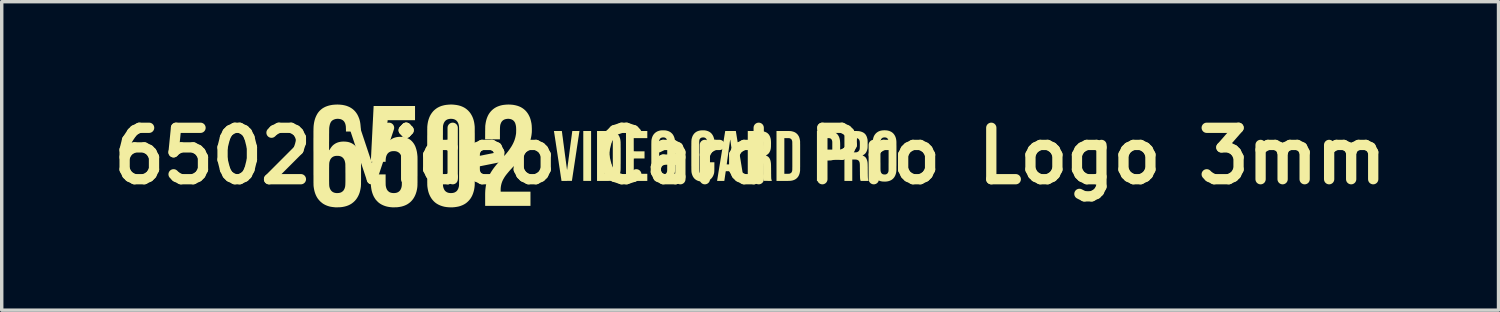
<source format=kicad_pcb>
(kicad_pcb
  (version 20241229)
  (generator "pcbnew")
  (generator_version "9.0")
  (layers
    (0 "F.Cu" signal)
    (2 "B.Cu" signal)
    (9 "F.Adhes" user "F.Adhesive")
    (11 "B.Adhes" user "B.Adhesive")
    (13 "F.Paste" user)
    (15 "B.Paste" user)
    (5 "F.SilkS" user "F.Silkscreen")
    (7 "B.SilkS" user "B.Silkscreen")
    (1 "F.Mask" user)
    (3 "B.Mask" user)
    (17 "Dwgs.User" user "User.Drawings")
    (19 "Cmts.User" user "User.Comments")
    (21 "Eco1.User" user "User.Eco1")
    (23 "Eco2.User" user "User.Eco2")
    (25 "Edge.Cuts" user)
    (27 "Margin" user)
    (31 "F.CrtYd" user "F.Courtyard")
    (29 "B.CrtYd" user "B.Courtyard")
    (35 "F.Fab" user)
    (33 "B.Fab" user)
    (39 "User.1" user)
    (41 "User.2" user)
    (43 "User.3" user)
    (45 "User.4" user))
  (footprint "6502 Video Card Pro Logo 3mm"
    (layer "F.Cu")
    (at 18.836 1.5)
    (property "Reference" "6502 Video Card Pro Logo 3mm" (at 0 0 0) (layer "F.SilkS") (effects (font (size 1.5 1.5) (thickness 0.3))))
    (attr board_only exclude_from_pos_files exclude_from_bom)
    (fp_poly (pts (xy -4.64 -0.000001) (xy -4.64 0.728) (xy -4.754 0.728) (xy -4.868 0.728) (xy -4.868 -0.000001) (xy -4.868 -0.728) (xy -4.754 -0.728) (xy -4.64 -0.728)) (stroke (width 0) (type solid)) (fill yes) (layer "F.SilkS"))
    (fp_poly (pts (xy -3 -0.624) (xy -3 -0.52) (xy -3.198 -0.52) (xy -3.396 -0.52) (xy -3.396 -0.328) (xy -3.395 -0.136) (xy -3.238 -0.135) (xy -3.081 -0.134) (xy -3.081 -0.03) (xy -3.081 0.074) (xy -3.237 0.074) (xy -3.271 0.074) (xy -3.299 0.074) (xy -3.323 0.074) (xy -3.343 0.074) (xy -3.359 0.074) (xy -3.372 0.075) (xy -3.382 0.075) (xy -3.388 0.075) (xy -3.392 0.076) (xy -3.394 0.077) (xy -3.394 0.077) (xy -3.394 0.08) (xy -3.394 0.087) (xy -3.394 0.099) (xy -3.395 0.115) (xy -3.395 0.135) (xy -3.395 0.158) (xy -3.395 0.183) (xy -3.395 0.211) (xy -3.395 0.241) (xy -3.395 0.273) (xy -3.395 0.3) (xy -3.395 0.519) (xy -3.198 0.52) (xy -3 0.52) (xy -3 0.624) (xy -3 0.728) (xy -3.311 0.728) (xy -3.622 0.728) (xy -3.622 -0.000001) (xy -3.622 -0.728) (xy -3.311 -0.728) (xy -3 -0.728)) (stroke (width 0) (type solid)) (fill yes) (layer "F.SilkS"))
    (fp_poly (pts (xy 2.173 -0.728) (xy 2.207 -0.728) (xy 2.237 -0.728) (xy 2.263 -0.728) (xy 2.285 -0.728) (xy 2.305 -0.727) (xy 2.322 -0.727) (xy 2.336 -0.726) (xy 2.349 -0.725) (xy 2.36 -0.723) (xy 2.371 -0.722) (xy 2.38 -0.72) (xy 2.39 -0.718) (xy 2.399 -0.716) (xy 2.405 -0.714) (xy 2.442 -0.702) (xy 2.476 -0.686) (xy 2.507 -0.667) (xy 2.534 -0.643) (xy 2.558 -0.617) (xy 2.578 -0.586) (xy 2.594 -0.553) (xy 2.595 -0.55) (xy 2.602 -0.531) (xy 2.608 -0.512) (xy 2.613 -0.492) (xy 2.617 -0.471) (xy 2.621 -0.449) (xy 2.623 -0.425) (xy 2.625 -0.397) (xy 2.626 -0.367) (xy 2.627 -0.332) (xy 2.627 -0.297) (xy 2.627 -0.258) (xy 2.626 -0.223) (xy 2.625 -0.192) (xy 2.623 -0.165) (xy 2.62 -0.14) (xy 2.617 -0.117) (xy 2.612 -0.097) (xy 2.607 -0.077) (xy 2.601 -0.058) (xy 2.598 -0.049) (xy 2.582 -0.015) (xy 2.563 0.016) (xy 2.54 0.044) (xy 2.513 0.068) (xy 2.483 0.089) (xy 2.45 0.105) (xy 2.415 0.118) (xy 2.401 0.122) (xy 2.389 0.125) (xy 2.377 0.127) (xy 2.366 0.129) (xy 2.353 0.131) (xy 2.339 0.132) (xy 2.322 0.132) (xy 2.302 0.133) (xy 2.278 0.134) (xy 2.263 0.134) (xy 2.178 0.135) (xy 2.178 0.432) (xy 2.178 0.728) (xy 2.064 0.728) (xy 1.949 0.728) (xy 1.949 -0.000001) (xy 1.949 -0.297) (xy 2.178 -0.297) (xy 2.178 -0.074) (xy 2.243 -0.074) (xy 2.267 -0.074) (xy 2.286 -0.074) (xy 2.301 -0.075) (xy 2.312 -0.076) (xy 2.319 -0.077) (xy 2.321 -0.077) (xy 2.342 -0.084) (xy 2.359 -0.095) (xy 2.372 -0.108) (xy 2.383 -0.125) (xy 2.39 -0.146) (xy 2.393 -0.156) (xy 2.394 -0.162) (xy 2.395 -0.167) (xy 2.396 -0.174) (xy 2.396 -0.182) (xy 2.397 -0.193) (xy 2.397 -0.205) (xy 2.397 -0.221) (xy 2.397 -0.24) (xy 2.397 -0.263) (xy 2.397 -0.291) (xy 2.397 -0.297) (xy 2.397 -0.326) (xy 2.397 -0.35) (xy 2.397 -0.369) (xy 2.397 -0.386) (xy 2.397 -0.399) (xy 2.396 -0.41) (xy 2.396 -0.418) (xy 2.395 -0.425) (xy 2.394 -0.431) (xy 2.393 -0.436) (xy 2.393 -0.437) (xy 2.386 -0.46) (xy 2.377 -0.478) (xy 2.366 -0.493) (xy 2.352 -0.504) (xy 2.347 -0.507) (xy 2.339 -0.511) (xy 2.331 -0.514) (xy 2.323 -0.516) (xy 2.314 -0.518) (xy 2.304 -0.519) (xy 2.29 -0.52) (xy 2.274 -0.52) (xy 2.253 -0.52) (xy 2.243 -0.52) (xy 2.178 -0.52) (xy 2.178 -0.297) (xy 1.949 -0.297) (xy 1.949 -0.728) (xy 2.134 -0.728)) (stroke (width 0) (type solid)) (fill yes) (layer "F.SilkS"))
    (fp_poly (pts (xy -4.981 -0.716) (xy -4.982 -0.713) (xy -4.983 -0.705) (xy -4.985 -0.692) (xy -4.988 -0.674) (xy -4.991 -0.653) (xy -4.995 -0.627) (xy -4.999 -0.598) (xy -5.004 -0.565) (xy -5.01 -0.529) (xy -5.016 -0.489) (xy -5.022 -0.447) (xy -5.029 -0.401) (xy -5.036 -0.354) (xy -5.044 -0.303) (xy -5.052 -0.251) (xy -5.06 -0.197) (xy -5.068 -0.14) (xy -5.077 -0.083) (xy -5.086 -0.024) (xy -5.091 0.011) (xy -5.2 0.727) (xy -5.351 0.728) (xy -5.503 0.729) (xy -5.504 0.723) (xy -5.505 0.72) (xy -5.506 0.712) (xy -5.508 0.7) (xy -5.51 0.683) (xy -5.513 0.662) (xy -5.517 0.637) (xy -5.522 0.608) (xy -5.527 0.575) (xy -5.532 0.54) (xy -5.538 0.501) (xy -5.544 0.458) (xy -5.551 0.414) (xy -5.558 0.366) (xy -5.566 0.316) (xy -5.574 0.264) (xy -5.582 0.21) (xy -5.59 0.154) (xy -5.599 0.097) (xy -5.608 0.038) (xy -5.613 0.003) (xy -5.622 -0.057) (xy -5.631 -0.116) (xy -5.64 -0.172) (xy -5.648 -0.228) (xy -5.656 -0.281) (xy -5.664 -0.332) (xy -5.671 -0.381) (xy -5.678 -0.428) (xy -5.685 -0.472) (xy -5.691 -0.513) (xy -5.697 -0.551) (xy -5.702 -0.585) (xy -5.707 -0.617) (xy -5.711 -0.644) (xy -5.715 -0.668) (xy -5.718 -0.687) (xy -5.72 -0.702) (xy -5.722 -0.713) (xy -5.723 -0.719) (xy -5.723 -0.72) (xy -5.724 -0.728) (xy -5.608 -0.728) (xy -5.585 -0.728) (xy -5.563 -0.728) (xy -5.543 -0.728) (xy -5.526 -0.728) (xy -5.511 -0.728) (xy -5.501 -0.727) (xy -5.495 -0.727) (xy -5.493 -0.727) (xy -5.492 -0.724) (xy -5.492 -0.716) (xy -5.49 -0.704) (xy -5.488 -0.687) (xy -5.485 -0.667) (xy -5.482 -0.643) (xy -5.479 -0.615) (xy -5.475 -0.585) (xy -5.47 -0.552) (xy -5.465 -0.516) (xy -5.46 -0.478) (xy -5.455 -0.438) (xy -5.45 -0.396) (xy -5.444 -0.353) (xy -5.438 -0.309) (xy -5.432 -0.264) (xy -5.426 -0.218) (xy -5.42 -0.172) (xy -5.414 -0.125) (xy -5.408 -0.08) (xy -5.402 -0.034) (xy -5.396 0.011) (xy -5.39 0.054) (xy -5.384 0.096) (xy -5.379 0.137) (xy -5.373 0.176) (xy -5.369 0.212) (xy -5.364 0.247) (xy -5.36 0.278) (xy -5.356 0.307) (xy -5.352 0.332) (xy -5.35 0.353) (xy -5.347 0.371) (xy -5.345 0.385) (xy -5.344 0.394) (xy -5.343 0.399) (xy -5.343 0.4) (xy -5.341 0.403) (xy -5.34 0.402) (xy -5.339 0.401) (xy -5.339 0.398) (xy -5.338 0.391) (xy -5.336 0.378) (xy -5.334 0.362) (xy -5.331 0.341) (xy -5.328 0.316) (xy -5.324 0.288) (xy -5.32 0.257) (xy -5.315 0.222) (xy -5.31 0.184) (xy -5.304 0.143) (xy -5.299 0.1) (xy -5.293 0.054) (xy -5.286 0.007) (xy -5.28 -0.043) (xy -5.273 -0.094) (xy -5.266 -0.146) (xy -5.264 -0.165) (xy -5.189 -0.727) (xy -5.084 -0.728) (xy -4.98 -0.729)) (stroke (width 0) (type solid)) (fill yes) (layer "F.SilkS"))
    (fp_poly (pts (xy 0.961 -0.728) (xy 1 -0.728) (xy 1.033 -0.728) (xy 1.063 -0.728) (xy 1.088 -0.728) (xy 1.11 -0.728) (xy 1.129 -0.727) (xy 1.145 -0.727) (xy 1.159 -0.726) (xy 1.172 -0.726) (xy 1.182 -0.725) (xy 1.192 -0.724) (xy 1.201 -0.722) (xy 1.209 -0.721) (xy 1.218 -0.719) (xy 1.218 -0.719) (xy 1.257 -0.709) (xy 1.292 -0.696) (xy 1.325 -0.678) (xy 1.354 -0.656) (xy 1.38 -0.631) (xy 1.402 -0.601) (xy 1.421 -0.57) (xy 1.431 -0.546) (xy 1.44 -0.518) (xy 1.448 -0.488) (xy 1.454 -0.456) (xy 1.457 -0.434) (xy 1.457 -0.428) (xy 1.458 -0.417) (xy 1.458 -0.402) (xy 1.458 -0.382) (xy 1.458 -0.358) (xy 1.459 -0.329) (xy 1.459 -0.296) (xy 1.459 -0.26) (xy 1.459 -0.22) (xy 1.459 -0.176) (xy 1.459 -0.129) (xy 1.459 -0.078) (xy 1.459 -0.025) (xy 1.459 -0.000001) (xy 1.459 0.055) (xy 1.459 0.106) (xy 1.459 0.155) (xy 1.459 0.2) (xy 1.459 0.242) (xy 1.459 0.28) (xy 1.459 0.315) (xy 1.458 0.345) (xy 1.458 0.372) (xy 1.458 0.393) (xy 1.458 0.411) (xy 1.457 0.424) (xy 1.457 0.432) (xy 1.457 0.434) (xy 1.45 0.478) (xy 1.44 0.519) (xy 1.426 0.557) (xy 1.409 0.591) (xy 1.388 0.621) (xy 1.364 0.647) (xy 1.337 0.67) (xy 1.306 0.689) (xy 1.271 0.704) (xy 1.234 0.716) (xy 1.217 0.719) (xy 1.208 0.721) (xy 1.199 0.722) (xy 1.191 0.724) (xy 1.181 0.725) (xy 1.171 0.726) (xy 1.159 0.726) (xy 1.145 0.727) (xy 1.13 0.727) (xy 1.111 0.728) (xy 1.09 0.728) (xy 1.065 0.728) (xy 1.037 0.728) (xy 1.004 0.728) (xy 0.967 0.728) (xy 0.961 0.728) (xy 0.769 0.728) (xy 0.769 -0.000001) (xy 0.998 -0.000001) (xy 0.998 0.52) (xy 1.068 0.52) (xy 1.09 0.52) (xy 1.107 0.52) (xy 1.12 0.52) (xy 1.131 0.519) (xy 1.139 0.519) (xy 1.145 0.518) (xy 1.15 0.517) (xy 1.155 0.516) (xy 1.175 0.507) (xy 1.192 0.496) (xy 1.206 0.482) (xy 1.216 0.465) (xy 1.224 0.443) (xy 1.227 0.431) (xy 1.227 0.428) (xy 1.228 0.424) (xy 1.228 0.419) (xy 1.229 0.414) (xy 1.229 0.407) (xy 1.229 0.398) (xy 1.23 0.388) (xy 1.23 0.376) (xy 1.23 0.361) (xy 1.23 0.343) (xy 1.231 0.323) (xy 1.231 0.3) (xy 1.231 0.274) (xy 1.231 0.244) (xy 1.231 0.21) (xy 1.231 0.173) (xy 1.231 0.131) (xy 1.231 0.085) (xy 1.231 0.034) (xy 1.231 -0.000001) (xy 1.231 -0.054) (xy 1.231 -0.103) (xy 1.231 -0.148) (xy 1.231 -0.188) (xy 1.231 -0.224) (xy 1.231 -0.256) (xy 1.231 -0.284) (xy 1.231 -0.31) (xy 1.23 -0.331) (xy 1.23 -0.35) (xy 1.23 -0.367) (xy 1.23 -0.381) (xy 1.23 -0.392) (xy 1.229 -0.402) (xy 1.229 -0.41) (xy 1.229 -0.416) (xy 1.228 -0.421) (xy 1.228 -0.425) (xy 1.227 -0.429) (xy 1.227 -0.431) (xy 1.22 -0.454) (xy 1.211 -0.474) (xy 1.2 -0.49) (xy 1.184 -0.502) (xy 1.166 -0.512) (xy 1.155 -0.516) (xy 1.149 -0.517) (xy 1.144 -0.518) (xy 1.137 -0.519) (xy 1.129 -0.52) (xy 1.118 -0.52) (xy 1.104 -0.52) (xy 1.086 -0.52) (xy 1.068 -0.52) (xy 0.998 -0.52) (xy 0.998 -0.000001) (xy 0.769 -0.000001) (xy 0.769 -0.728)) (stroke (width 0) (type solid)) (fill yes) (layer "F.SilkS"))
    (fp_poly (pts (xy -4.237 -0.728) (xy -4.203 -0.728) (xy -4.173 -0.728) (xy -4.146 -0.728) (xy -4.124 -0.728) (xy -4.104 -0.727) (xy -4.087 -0.727) (xy -4.073 -0.726) (xy -4.06 -0.725) (xy -4.05 -0.724) (xy -4.04 -0.723) (xy -4.031 -0.722) (xy -4.022 -0.72) (xy -4.014 -0.718) (xy -3.975 -0.707) (xy -3.94 -0.693) (xy -3.908 -0.674) (xy -3.88 -0.652) (xy -3.855 -0.626) (xy -3.833 -0.597) (xy -3.815 -0.564) (xy -3.801 -0.527) (xy -3.8 -0.525) (xy -3.792 -0.496) (xy -3.786 -0.465) (xy -3.782 -0.431) (xy -3.779 -0.403) (xy -3.779 -0.394) (xy -3.779 -0.381) (xy -3.779 -0.363) (xy -3.778 -0.341) (xy -3.778 -0.315) (xy -3.778 -0.287) (xy -3.778 -0.255) (xy -3.777 -0.221) (xy -3.777 -0.185) (xy -3.777 -0.147) (xy -3.777 -0.108) (xy -3.777 -0.068) (xy -3.777 -0.027) (xy -3.777 0.014) (xy -3.777 0.055) (xy -3.777 0.095) (xy -3.777 0.135) (xy -3.777 0.173) (xy -3.777 0.21) (xy -3.778 0.244) (xy -3.778 0.277) (xy -3.778 0.306) (xy -3.778 0.333) (xy -3.778 0.356) (xy -3.779 0.375) (xy -3.779 0.39) (xy -3.779 0.401) (xy -3.779 0.403) (xy -3.784 0.448) (xy -3.791 0.49) (xy -3.801 0.527) (xy -3.814 0.562) (xy -3.831 0.593) (xy -3.85 0.621) (xy -3.874 0.647) (xy -3.901 0.67) (xy -3.911 0.677) (xy -3.925 0.685) (xy -3.941 0.693) (xy -3.958 0.701) (xy -3.973 0.707) (xy -3.981 0.709) (xy -3.992 0.713) (xy -4.002 0.715) (xy -4.012 0.718) (xy -4.022 0.72) (xy -4.033 0.722) (xy -4.044 0.724) (xy -4.057 0.725) (xy -4.071 0.726) (xy -4.087 0.727) (xy -4.106 0.727) (xy -4.127 0.728) (xy -4.152 0.728) (xy -4.18 0.728) (xy -4.213 0.728) (xy -4.25 0.728) (xy -4.276 0.728) (xy -4.467 0.728) (xy -4.467 -0.000001) (xy -4.241 -0.000001) (xy -4.241 0.52) (xy -4.171 0.52) (xy -4.147 0.52) (xy -4.128 0.52) (xy -4.113 0.52) (xy -4.102 0.519) (xy -4.093 0.518) (xy -4.087 0.517) (xy -4.087 0.517) (xy -4.066 0.509) (xy -4.049 0.498) (xy -4.034 0.484) (xy -4.023 0.466) (xy -4.015 0.443) (xy -4.011 0.43) (xy -4.01 0.427) (xy -4.01 0.424) (xy -4.009 0.42) (xy -4.009 0.415) (xy -4.009 0.409) (xy -4.008 0.402) (xy -4.008 0.393) (xy -4.008 0.382) (xy -4.007 0.37) (xy -4.007 0.354) (xy -4.007 0.337) (xy -4.007 0.316) (xy -4.007 0.293) (xy -4.007 0.266) (xy -4.007 0.235) (xy -4.007 0.201) (xy -4.007 0.163) (xy -4.007 0.121) (xy -4.007 0.074) (xy -4.007 0.022) (xy -4.007 -0.000001) (xy -4.007 -0.054) (xy -4.007 -0.102) (xy -4.007 -0.147) (xy -4.007 -0.186) (xy -4.007 -0.222) (xy -4.007 -0.254) (xy -4.007 -0.282) (xy -4.007 -0.307) (xy -4.007 -0.329) (xy -4.007 -0.348) (xy -4.007 -0.364) (xy -4.008 -0.378) (xy -4.008 -0.389) (xy -4.008 -0.399) (xy -4.008 -0.407) (xy -4.009 -0.413) (xy -4.009 -0.418) (xy -4.01 -0.422) (xy -4.01 -0.426) (xy -4.011 -0.429) (xy -4.011 -0.43) (xy -4.018 -0.454) (xy -4.028 -0.475) (xy -4.041 -0.491) (xy -4.056 -0.504) (xy -4.076 -0.513) (xy -4.087 -0.517) (xy -4.093 -0.518) (xy -4.101 -0.519) (xy -4.113 -0.519) (xy -4.127 -0.52) (xy -4.146 -0.52) (xy -4.169 -0.52) (xy -4.171 -0.52) (xy -4.241 -0.52) (xy -4.241 -0.000001) (xy -4.467 -0.000001) (xy -4.467 -0.728) (xy -4.276 -0.728)) (stroke (width 0) (type solid)) (fill yes) (layer "F.SilkS"))
    (fp_poly (pts (xy -0.3 -0.004) (xy -0.29 0.056) (xy -0.28 0.114) (xy -0.271 0.171) (xy -0.262 0.227) (xy -0.253 0.28) (xy -0.245 0.332) (xy -0.237 0.381) (xy -0.229 0.428) (xy -0.222 0.472) (xy -0.215 0.513) (xy -0.209 0.552) (xy -0.203 0.586) (xy -0.198 0.618) (xy -0.194 0.646) (xy -0.19 0.67) (xy -0.187 0.689) (xy -0.184 0.705) (xy -0.182 0.716) (xy -0.181 0.722) (xy -0.181 0.724) (xy -0.181 0.725) (xy -0.182 0.726) (xy -0.184 0.727) (xy -0.187 0.727) (xy -0.193 0.728) (xy -0.201 0.728) (xy -0.213 0.728) (xy -0.227 0.728) (xy -0.246 0.728) (xy -0.269 0.728) (xy -0.294 0.728) (xy -0.408 0.728) (xy -0.41 0.72) (xy -0.41 0.717) (xy -0.412 0.709) (xy -0.413 0.697) (xy -0.416 0.682) (xy -0.418 0.664) (xy -0.421 0.644) (xy -0.424 0.623) (xy -0.427 0.601) (xy -0.43 0.578) (xy -0.434 0.555) (xy -0.437 0.533) (xy -0.44 0.512) (xy -0.443 0.493) (xy -0.445 0.477) (xy -0.447 0.463) (xy -0.448 0.453) (xy -0.449 0.447) (xy -0.449 0.445) (xy -0.452 0.445) (xy -0.459 0.445) (xy -0.47 0.445) (xy -0.485 0.444) (xy -0.503 0.444) (xy -0.524 0.444) (xy -0.547 0.444) (xy -0.571 0.444) (xy -0.58 0.444) (xy -0.609 0.444) (xy -0.633 0.444) (xy -0.654 0.444) (xy -0.67 0.444) (xy -0.683 0.445) (xy -0.693 0.445) (xy -0.7 0.445) (xy -0.705 0.446) (xy -0.709 0.446) (xy -0.71 0.447) (xy -0.711 0.448) (xy -0.712 0.449) (xy -0.712 0.452) (xy -0.713 0.46) (xy -0.715 0.472) (xy -0.718 0.487) (xy -0.72 0.506) (xy -0.723 0.527) (xy -0.727 0.551) (xy -0.731 0.576) (xy -0.733 0.591) (xy -0.753 0.728) (xy -0.859 0.728) (xy -0.885 0.728) (xy -0.906 0.728) (xy -0.923 0.728) (xy -0.937 0.728) (xy -0.947 0.728) (xy -0.954 0.728) (xy -0.959 0.727) (xy -0.962 0.726) (xy -0.964 0.726) (xy -0.964 0.725) (xy -0.964 0.724) (xy -0.963 0.721) (xy -0.962 0.714) (xy -0.96 0.701) (xy -0.957 0.685) (xy -0.954 0.664) (xy -0.95 0.639) (xy -0.945 0.61) (xy -0.94 0.578) (xy -0.934 0.542) (xy -0.928 0.503) (xy -0.921 0.461) (xy -0.914 0.416) (xy -0.906 0.369) (xy -0.898 0.319) (xy -0.889 0.267) (xy -0.886 0.246) (xy -0.683 0.246) (xy -0.58 0.246) (xy -0.477 0.246) (xy -0.478 0.238) (xy -0.479 0.234) (xy -0.48 0.226) (xy -0.482 0.214) (xy -0.484 0.197) (xy -0.487 0.176) (xy -0.49 0.152) (xy -0.494 0.125) (xy -0.499 0.094) (xy -0.503 0.061) (xy -0.508 0.026) (xy -0.514 -0.012) (xy -0.519 -0.051) (xy -0.525 -0.092) (xy -0.529 -0.122) (xy -0.535 -0.163) (xy -0.541 -0.204) (xy -0.546 -0.242) (xy -0.552 -0.279) (xy -0.557 -0.313) (xy -0.561 -0.345) (xy -0.565 -0.374) (xy -0.569 -0.4) (xy -0.572 -0.422) (xy -0.575 -0.441) (xy -0.577 -0.456) (xy -0.579 -0.467) (xy -0.58 -0.473) (xy -0.58 -0.474) (xy -0.583 -0.474) (xy -0.583 -0.474) (xy -0.583 -0.471) (xy -0.585 -0.464) (xy -0.586 -0.452) (xy -0.589 -0.437) (xy -0.591 -0.417) (xy -0.595 -0.395) (xy -0.598 -0.369) (xy -0.602 -0.341) (xy -0.607 -0.311) (xy -0.611 -0.278) (xy -0.616 -0.244) (xy -0.621 -0.209) (xy -0.626 -0.173) (xy -0.631 -0.137) (xy -0.636 -0.1) (xy -0.641 -0.063) (xy -0.646 -0.027) (xy -0.651 0.008) (xy -0.656 0.042) (xy -0.66 0.074) (xy -0.665 0.105) (xy -0.669 0.133) (xy -0.672 0.159) (xy -0.675 0.182) (xy -0.678 0.202) (xy -0.68 0.218) (xy -0.681 0.23) (xy -0.682 0.237) (xy -0.683 0.24) (xy -0.683 0.246) (xy -0.886 0.246) (xy -0.88 0.213) (xy -0.871 0.157) (xy -0.862 0.099) (xy -0.852 0.04) (xy -0.845 -0.004) (xy -0.727 -0.728) (xy -0.572 -0.728) (xy -0.417 -0.728)) (stroke (width 0) (type solid)) (fill yes) (layer "F.SilkS"))
    (fp_poly (pts (xy -6.99 -1.498) (xy -6.933 -1.493) (xy -6.908 -1.49) (xy -6.85 -1.479) (xy -6.795 -1.465) (xy -6.743 -1.447) (xy -6.694 -1.425) (xy -6.649 -1.399) (xy -6.607 -1.369) (xy -6.568 -1.336) (xy -6.559 -1.327) (xy -6.525 -1.29) (xy -6.494 -1.249) (xy -6.467 -1.206) (xy -6.443 -1.16) (xy -6.422 -1.111) (xy -6.405 -1.058) (xy -6.391 -1.001) (xy -6.379 -0.941) (xy -6.375 -0.906) (xy -6.373 -0.89) (xy -6.372 -0.87) (xy -6.371 -0.847) (xy -6.37 -0.822) (xy -6.369 -0.795) (xy -6.369 -0.769) (xy -6.369 -0.743) (xy -6.369 -0.719) (xy -6.37 -0.698) (xy -6.371 -0.681) (xy -6.371 -0.679) (xy -6.379 -0.61) (xy -6.391 -0.542) (xy -6.407 -0.475) (xy -6.427 -0.409) (xy -6.451 -0.343) (xy -6.48 -0.276) (xy -6.514 -0.21) (xy -6.552 -0.144) (xy -6.595 -0.076) (xy -6.642 -0.008) (xy -6.642 -0.008) (xy -6.668 0.027) (xy -6.694 0.062) (xy -6.722 0.096) (xy -6.751 0.132) (xy -6.782 0.169) (xy -6.815 0.207) (xy -6.851 0.248) (xy -6.89 0.291) (xy -6.922 0.325) (xy -6.957 0.364) (xy -6.99 0.399) (xy -7.019 0.432) (xy -7.045 0.462) (xy -7.069 0.491) (xy -7.091 0.517) (xy -7.111 0.542) (xy -7.129 0.566) (xy -7.146 0.589) (xy -7.161 0.612) (xy -7.176 0.635) (xy -7.178 0.638) (xy -7.207 0.689) (xy -7.231 0.74) (xy -7.25 0.792) (xy -7.264 0.846) (xy -7.274 0.902) (xy -7.279 0.959) (xy -7.279 1.01) (xy -7.278 1.042) (xy -6.844 1.043) (xy -6.409 1.043) (xy -6.409 1.25) (xy -6.409 1.457) (xy -7.07 1.457) (xy -7.731 1.457) (xy -7.731 1.263) (xy -7.731 1.222) (xy -7.731 1.186) (xy -7.731 1.154) (xy -7.731 1.126) (xy -7.731 1.102) (xy -7.73 1.08) (xy -7.73 1.062) (xy -7.729 1.046) (xy -7.728 1.032) (xy -7.728 1.02) (xy -7.728 1.019) (xy -7.721 0.948) (xy -7.712 0.881) (xy -7.7 0.817) (xy -7.685 0.756) (xy -7.667 0.697) (xy -7.645 0.639) (xy -7.62 0.582) (xy -7.591 0.526) (xy -7.558 0.469) (xy -7.521 0.412) (xy -7.48 0.354) (xy -7.465 0.335) (xy -7.446 0.31) (xy -7.426 0.285) (xy -7.405 0.259) (xy -7.383 0.233) (xy -7.359 0.206) (xy -7.332 0.176) (xy -7.303 0.144) (xy -7.276 0.114) (xy -7.224 0.057) (xy -7.176 0.003) (xy -7.131 -0.049) (xy -7.091 -0.098) (xy -7.054 -0.146) (xy -7.02 -0.192) (xy -6.99 -0.237) (xy -6.962 -0.28) (xy -6.938 -0.322) (xy -6.916 -0.364) (xy -6.897 -0.405) (xy -6.88 -0.446) (xy -6.866 -0.487) (xy -6.854 -0.528) (xy -6.844 -0.57) (xy -6.836 -0.613) (xy -6.831 -0.642) (xy -6.829 -0.658) (xy -6.828 -0.677) (xy -6.827 -0.7) (xy -6.827 -0.724) (xy -6.826 -0.75) (xy -6.826 -0.775) (xy -6.827 -0.8) (xy -6.828 -0.822) (xy -6.829 -0.842) (xy -6.831 -0.858) (xy -6.831 -0.861) (xy -6.838 -0.9) (xy -6.847 -0.933) (xy -6.857 -0.963) (xy -6.87 -0.987) (xy -6.875 -0.996) (xy -6.895 -1.02) (xy -6.917 -1.041) (xy -6.943 -1.057) (xy -6.972 -1.07) (xy -7.004 -1.078) (xy -7.038 -1.083) (xy -7.075 -1.083) (xy -7.078 -1.083) (xy -7.114 -1.079) (xy -7.147 -1.071) (xy -7.177 -1.06) (xy -7.204 -1.044) (xy -7.227 -1.025) (xy -7.247 -1.002) (xy -7.264 -0.975) (xy -7.277 -0.944) (xy -7.281 -0.933) (xy -7.285 -0.922) (xy -7.288 -0.911) (xy -7.29 -0.9) (xy -7.293 -0.887) (xy -7.294 -0.874) (xy -7.296 -0.859) (xy -7.297 -0.842) (xy -7.298 -0.822) (xy -7.299 -0.8) (xy -7.299 -0.774) (xy -7.3 -0.744) (xy -7.3 -0.711) (xy -7.3 -0.673) (xy -7.3 -0.655) (xy -7.3 -0.485) (xy -7.516 -0.485) (xy -7.732 -0.485) (xy -7.731 -0.676) (xy -7.731 -0.713) (xy -7.73 -0.746) (xy -7.73 -0.774) (xy -7.73 -0.798) (xy -7.729 -0.819) (xy -7.729 -0.837) (xy -7.729 -0.852) (xy -7.728 -0.865) (xy -7.728 -0.876) (xy -7.727 -0.885) (xy -7.726 -0.893) (xy -7.725 -0.901) (xy -7.725 -0.902) (xy -7.716 -0.964) (xy -7.704 -1.023) (xy -7.689 -1.077) (xy -7.671 -1.127) (xy -7.65 -1.175) (xy -7.626 -1.219) (xy -7.598 -1.26) (xy -7.567 -1.299) (xy -7.532 -1.335) (xy -7.532 -1.335) (xy -7.494 -1.368) (xy -7.452 -1.398) (xy -7.407 -1.424) (xy -7.358 -1.446) (xy -7.306 -1.464) (xy -7.269 -1.475) (xy -7.218 -1.486) (xy -7.163 -1.493) (xy -7.107 -1.498) (xy -7.049 -1.5)) (stroke (width 0) (type solid)) (fill yes) (layer "F.SilkS"))
    (fp_poly (pts (xy 0.135 -0.728) (xy 0.172 -0.728) (xy 0.205 -0.727) (xy 0.233 -0.727) (xy 0.257 -0.727) (xy 0.277 -0.727) (xy 0.295 -0.726) (xy 0.309 -0.726) (xy 0.321 -0.726) (xy 0.331 -0.725) (xy 0.34 -0.725) (xy 0.347 -0.724) (xy 0.353 -0.724) (xy 0.358 -0.723) (xy 0.363 -0.722) (xy 0.367 -0.721) (xy 0.406 -0.712) (xy 0.441 -0.701) (xy 0.472 -0.687) (xy 0.499 -0.671) (xy 0.522 -0.651) (xy 0.543 -0.629) (xy 0.56 -0.603) (xy 0.568 -0.589) (xy 0.578 -0.568) (xy 0.586 -0.547) (xy 0.593 -0.525) (xy 0.599 -0.501) (xy 0.603 -0.476) (xy 0.606 -0.448) (xy 0.608 -0.416) (xy 0.609 -0.381) (xy 0.609 -0.342) (xy 0.608 -0.324) (xy 0.608 -0.293) (xy 0.607 -0.266) (xy 0.605 -0.245) (xy 0.604 -0.228) (xy 0.603 -0.221) (xy 0.595 -0.183) (xy 0.584 -0.147) (xy 0.569 -0.116) (xy 0.551 -0.087) (xy 0.532 -0.065) (xy 0.521 -0.055) (xy 0.506 -0.043) (xy 0.491 -0.033) (xy 0.476 -0.025) (xy 0.47 -0.022) (xy 0.464 -0.019) (xy 0.46 -0.016) (xy 0.46 -0.015) (xy 0.463 -0.013) (xy 0.469 -0.009) (xy 0.477 -0.005) (xy 0.481 -0.004) (xy 0.507 0.01) (xy 0.53 0.026) (xy 0.549 0.046) (xy 0.566 0.07) (xy 0.579 0.097) (xy 0.585 0.113) (xy 0.59 0.128) (xy 0.595 0.144) (xy 0.598 0.161) (xy 0.602 0.18) (xy 0.605 0.203) (xy 0.606 0.206) (xy 0.606 0.212) (xy 0.607 0.22) (xy 0.608 0.229) (xy 0.608 0.24) (xy 0.609 0.253) (xy 0.609 0.268) (xy 0.61 0.286) (xy 0.61 0.308) (xy 0.61 0.332) (xy 0.611 0.361) (xy 0.611 0.394) (xy 0.612 0.431) (xy 0.612 0.445) (xy 0.612 0.484) (xy 0.612 0.517) (xy 0.613 0.546) (xy 0.613 0.571) (xy 0.613 0.592) (xy 0.614 0.61) (xy 0.614 0.625) (xy 0.615 0.637) (xy 0.615 0.647) (xy 0.616 0.655) (xy 0.616 0.661) (xy 0.617 0.667) (xy 0.618 0.671) (xy 0.618 0.673) (xy 0.623 0.692) (xy 0.629 0.711) (xy 0.633 0.724) (xy 0.634 0.725) (xy 0.633 0.726) (xy 0.631 0.727) (xy 0.628 0.727) (xy 0.622 0.728) (xy 0.614 0.728) (xy 0.603 0.728) (xy 0.589 0.728) (xy 0.571 0.728) (xy 0.548 0.728) (xy 0.521 0.728) (xy 0.519 0.728) (xy 0.403 0.727) (xy 0.399 0.716) (xy 0.397 0.708) (xy 0.395 0.701) (xy 0.393 0.694) (xy 0.391 0.687) (xy 0.39 0.681) (xy 0.389 0.673) (xy 0.388 0.665) (xy 0.387 0.655) (xy 0.386 0.644) (xy 0.386 0.63) (xy 0.385 0.614) (xy 0.385 0.595) (xy 0.385 0.572) (xy 0.384 0.546) (xy 0.384 0.516) (xy 0.384 0.482) (xy 0.383 0.448) (xy 0.383 0.409) (xy 0.383 0.375) (xy 0.382 0.345) (xy 0.382 0.32) (xy 0.382 0.298) (xy 0.381 0.279) (xy 0.381 0.263) (xy 0.38 0.25) (xy 0.38 0.24) (xy 0.379 0.231) (xy 0.379 0.224) (xy 0.378 0.218) (xy 0.377 0.214) (xy 0.377 0.213) (xy 0.371 0.186) (xy 0.363 0.165) (xy 0.352 0.147) (xy 0.339 0.133) (xy 0.322 0.121) (xy 0.302 0.112) (xy 0.294 0.11) (xy 0.287 0.108) (xy 0.277 0.107) (xy 0.264 0.106) (xy 0.247 0.105) (xy 0.226 0.105) (xy 0.22 0.105) (xy 0.16 0.104) (xy 0.16 0.416) (xy 0.16 0.728) (xy 0.046 0.728) (xy -0.069 0.728) (xy -0.069 -0.000139) (xy -0.069 -0.312) (xy 0.16 -0.312) (xy 0.16 -0.103) (xy 0.22 -0.105) (xy 0.243 -0.105) (xy 0.262 -0.106) (xy 0.276 -0.107) (xy 0.287 -0.108) (xy 0.293 -0.11) (xy 0.309 -0.115) (xy 0.324 -0.123) (xy 0.337 -0.132) (xy 0.347 -0.14) (xy 0.347 -0.141) (xy 0.357 -0.156) (xy 0.367 -0.174) (xy 0.374 -0.195) (xy 0.375 -0.2) (xy 0.376 -0.206) (xy 0.377 -0.212) (xy 0.378 -0.219) (xy 0.378 -0.228) (xy 0.379 -0.24) (xy 0.379 -0.254) (xy 0.379 -0.271) (xy 0.379 -0.292) (xy 0.379 -0.315) (xy 0.379 -0.34) (xy 0.379 -0.361) (xy 0.379 -0.378) (xy 0.379 -0.392) (xy 0.378 -0.403) (xy 0.378 -0.412) (xy 0.377 -0.419) (xy 0.376 -0.426) (xy 0.375 -0.431) (xy 0.368 -0.456) (xy 0.359 -0.476) (xy 0.347 -0.492) (xy 0.332 -0.504) (xy 0.327 -0.506) (xy 0.32 -0.51) (xy 0.312 -0.513) (xy 0.304 -0.516) (xy 0.295 -0.518) (xy 0.284 -0.519) (xy 0.271 -0.52) (xy 0.254 -0.52) (xy 0.233 -0.52) (xy 0.224 -0.52) (xy 0.16 -0.52) (xy 0.16 -0.312) (xy -0.069 -0.312) (xy -0.069 -0.729)) (stroke (width 0) (type solid)) (fill yes) (layer "F.SilkS"))
    (fp_poly (pts (xy 3.969 -0.747) (xy 4.012 -0.741) (xy 4.052 -0.731) (xy 4.089 -0.717) (xy 4.123 -0.7) (xy 4.153 -0.678) (xy 4.18 -0.653) (xy 4.203 -0.624) (xy 4.223 -0.592) (xy 4.24 -0.556) (xy 4.253 -0.516) (xy 4.262 -0.473) (xy 4.267 -0.433) (xy 4.267 -0.426) (xy 4.267 -0.415) (xy 4.268 -0.399) (xy 4.268 -0.379) (xy 4.268 -0.356) (xy 4.268 -0.329) (xy 4.269 -0.299) (xy 4.269 -0.266) (xy 4.269 -0.231) (xy 4.269 -0.194) (xy 4.269 -0.156) (xy 4.269 -0.116) (xy 4.269 -0.075) (xy 4.269 -0.034) (xy 4.269 0.008) (xy 4.269 0.05) (xy 4.269 0.091) (xy 4.269 0.132) (xy 4.269 0.171) (xy 4.269 0.209) (xy 4.269 0.245) (xy 4.269 0.279) (xy 4.268 0.311) (xy 4.268 0.34) (xy 4.268 0.365) (xy 4.268 0.387) (xy 4.268 0.406) (xy 4.267 0.42) (xy 4.267 0.429) (xy 4.267 0.433) (xy 4.261 0.479) (xy 4.251 0.521) (xy 4.238 0.56) (xy 4.221 0.595) (xy 4.201 0.627) (xy 4.177 0.656) (xy 4.152 0.679) (xy 4.123 0.7) (xy 4.092 0.716) (xy 4.059 0.729) (xy 4.022 0.739) (xy 3.988 0.745) (xy 3.97 0.747) (xy 3.95 0.748) (xy 3.927 0.748) (xy 3.904 0.748) (xy 3.882 0.747) (xy 3.863 0.746) (xy 3.853 0.745) (xy 3.811 0.737) (xy 3.773 0.725) (xy 3.737 0.709) (xy 3.705 0.69) (xy 3.677 0.667) (xy 3.652 0.64) (xy 3.63 0.609) (xy 3.612 0.575) (xy 3.597 0.537) (xy 3.586 0.496) (xy 3.579 0.451) (xy 3.576 0.427) (xy 3.576 0.419) (xy 3.576 0.407) (xy 3.575 0.389) (xy 3.575 0.367) (xy 3.575 0.34) (xy 3.575 0.309) (xy 3.574 0.274) (xy 3.574 0.235) (xy 3.574 0.191) (xy 3.574 0.144) (xy 3.574 0.093) (xy 3.574 0.039) (xy 3.574 -0.000001) (xy 3.802 -0.000001) (xy 3.802 0.063) (xy 3.802 0.12) (xy 3.802 0.173) (xy 3.803 0.22) (xy 3.803 0.263) (xy 3.803 0.3) (xy 3.803 0.333) (xy 3.803 0.361) (xy 3.804 0.384) (xy 3.804 0.403) (xy 3.804 0.416) (xy 3.805 0.425) (xy 3.805 0.428) (xy 3.81 0.456) (xy 3.818 0.48) (xy 3.829 0.5) (xy 3.843 0.516) (xy 3.86 0.528) (xy 3.881 0.536) (xy 3.903 0.54) (xy 3.929 0.541) (xy 3.953 0.539) (xy 3.962 0.536) (xy 3.982 0.529) (xy 3.999 0.517) (xy 4.013 0.502) (xy 4.024 0.483) (xy 4.033 0.459) (xy 4.035 0.452) (xy 4.036 0.45) (xy 4.036 0.447) (xy 4.037 0.443) (xy 4.037 0.439) (xy 4.038 0.433) (xy 4.038 0.426) (xy 4.038 0.417) (xy 4.038 0.406) (xy 4.039 0.393) (xy 4.039 0.378) (xy 4.039 0.36) (xy 4.039 0.34) (xy 4.039 0.316) (xy 4.039 0.289) (xy 4.039 0.259) (xy 4.039 0.225) (xy 4.04 0.187) (xy 4.04 0.145) (xy 4.04 0.098) (xy 4.04 0.047) (xy 4.04 -0.000001) (xy 4.04 -0.055) (xy 4.04 -0.106) (xy 4.04 -0.152) (xy 4.04 -0.193) (xy 4.039 -0.231) (xy 4.039 -0.264) (xy 4.039 -0.294) (xy 4.039 -0.32) (xy 4.039 -0.343) (xy 4.039 -0.363) (xy 4.039 -0.381) (xy 4.039 -0.395) (xy 4.038 -0.408) (xy 4.038 -0.418) (xy 4.038 -0.427) (xy 4.037 -0.434) (xy 4.037 -0.439) (xy 4.037 -0.444) (xy 4.036 -0.447) (xy 4.036 -0.45) (xy 4.035 -0.452) (xy 4.027 -0.477) (xy 4.016 -0.498) (xy 4.003 -0.514) (xy 3.987 -0.526) (xy 3.967 -0.535) (xy 3.944 -0.54) (xy 3.922 -0.541) (xy 3.896 -0.539) (xy 3.873 -0.534) (xy 3.854 -0.524) (xy 3.838 -0.511) (xy 3.825 -0.494) (xy 3.815 -0.473) (xy 3.808 -0.448) (xy 3.805 -0.428) (xy 3.805 -0.422) (xy 3.804 -0.411) (xy 3.804 -0.395) (xy 3.804 -0.375) (xy 3.803 -0.35) (xy 3.803 -0.32) (xy 3.803 -0.285) (xy 3.803 -0.245) (xy 3.802 -0.2) (xy 3.802 -0.15) (xy 3.802 -0.096) (xy 3.802 -0.036) (xy 3.802 -0.000001) (xy 3.574 -0.000001) (xy 3.574 -0.057) (xy 3.574 -0.11) (xy 3.574 -0.16) (xy 3.574 -0.206) (xy 3.574 -0.248) (xy 3.574 -0.286) (xy 3.575 -0.32) (xy 3.575 -0.35) (xy 3.575 -0.375) (xy 3.576 -0.395) (xy 3.576 -0.411) (xy 3.576 -0.422) (xy 3.576 -0.427) (xy 3.582 -0.473) (xy 3.591 -0.516) (xy 3.603 -0.555) (xy 3.619 -0.591) (xy 3.639 -0.623) (xy 3.662 -0.651) (xy 3.667 -0.657) (xy 3.694 -0.681) (xy 3.724 -0.702) (xy 3.756 -0.719) (xy 3.792 -0.732) (xy 3.83 -0.741) (xy 3.872 -0.747) (xy 3.917 -0.749) (xy 3.922 -0.749)) (stroke (width 0) (type solid)) (fill yes) (layer "F.SilkS"))
    (fp_poly (pts (xy 2.979 -0.728) (xy 3.014 -0.728) (xy 3.045 -0.728) (xy 3.072 -0.728) (xy 3.095 -0.728) (xy 3.115 -0.727) (xy 3.133 -0.726) (xy 3.148 -0.726) (xy 3.161 -0.725) (xy 3.173 -0.723) (xy 3.184 -0.722) (xy 3.194 -0.72) (xy 3.204 -0.718) (xy 3.214 -0.716) (xy 3.22 -0.714) (xy 3.257 -0.703) (xy 3.289 -0.689) (xy 3.318 -0.672) (xy 3.344 -0.651) (xy 3.366 -0.627) (xy 3.384 -0.599) (xy 3.4 -0.567) (xy 3.412 -0.531) (xy 3.422 -0.492) (xy 3.422 -0.49) (xy 3.424 -0.483) (xy 3.425 -0.476) (xy 3.426 -0.469) (xy 3.426 -0.461) (xy 3.427 -0.452) (xy 3.427 -0.441) (xy 3.428 -0.428) (xy 3.428 -0.411) (xy 3.428 -0.391) (xy 3.428 -0.367) (xy 3.428 -0.35) (xy 3.428 -0.323) (xy 3.428 -0.3) (xy 3.428 -0.281) (xy 3.427 -0.265) (xy 3.427 -0.253) (xy 3.426 -0.242) (xy 3.426 -0.234) (xy 3.425 -0.226) (xy 3.424 -0.219) (xy 3.423 -0.214) (xy 3.414 -0.176) (xy 3.402 -0.141) (xy 3.387 -0.11) (xy 3.369 -0.083) (xy 3.348 -0.06) (xy 3.348 -0.06) (xy 3.337 -0.051) (xy 3.324 -0.041) (xy 3.31 -0.032) (xy 3.297 -0.025) (xy 3.29 -0.021) (xy 3.284 -0.018) (xy 3.28 -0.016) (xy 3.28 -0.015) (xy 3.283 -0.013) (xy 3.289 -0.01) (xy 3.297 -0.006) (xy 3.298 -0.005) (xy 3.325 0.008) (xy 3.349 0.025) (xy 3.37 0.045) (xy 3.381 0.06) (xy 3.389 0.074) (xy 3.398 0.092) (xy 3.406 0.113) (xy 3.413 0.134) (xy 3.415 0.142) (xy 3.417 0.151) (xy 3.42 0.16) (xy 3.422 0.169) (xy 3.423 0.178) (xy 3.425 0.188) (xy 3.426 0.199) (xy 3.427 0.211) (xy 3.428 0.225) (xy 3.429 0.24) (xy 3.429 0.259) (xy 3.43 0.28) (xy 3.43 0.304) (xy 3.431 0.333) (xy 3.431 0.365) (xy 3.431 0.401) (xy 3.432 0.43) (xy 3.432 0.47) (xy 3.432 0.506) (xy 3.433 0.537) (xy 3.433 0.564) (xy 3.434 0.588) (xy 3.434 0.608) (xy 3.435 0.625) (xy 3.436 0.64) (xy 3.437 0.653) (xy 3.438 0.664) (xy 3.44 0.673) (xy 3.441 0.682) (xy 3.443 0.689) (xy 3.445 0.697) (xy 3.448 0.704) (xy 3.45 0.712) (xy 3.456 0.728) (xy 3.34 0.728) (xy 3.224 0.728) (xy 3.218 0.709) (xy 3.216 0.701) (xy 3.214 0.694) (xy 3.213 0.687) (xy 3.211 0.68) (xy 3.21 0.672) (xy 3.209 0.663) (xy 3.208 0.652) (xy 3.207 0.64) (xy 3.206 0.626) (xy 3.206 0.609) (xy 3.205 0.589) (xy 3.205 0.566) (xy 3.204 0.54) (xy 3.204 0.509) (xy 3.204 0.475) (xy 3.203 0.435) (xy 3.203 0.434) (xy 3.203 0.395) (xy 3.203 0.361) (xy 3.202 0.331) (xy 3.202 0.306) (xy 3.202 0.283) (xy 3.201 0.265) (xy 3.201 0.249) (xy 3.2 0.235) (xy 3.199 0.224) (xy 3.198 0.215) (xy 3.197 0.207) (xy 3.196 0.2) (xy 3.195 0.194) (xy 3.193 0.189) (xy 3.191 0.183) (xy 3.189 0.177) (xy 3.188 0.174) (xy 3.182 0.161) (xy 3.173 0.148) (xy 3.164 0.136) (xy 3.159 0.131) (xy 3.15 0.125) (xy 3.138 0.119) (xy 3.123 0.113) (xy 3.109 0.109) (xy 3.102 0.108) (xy 3.091 0.106) (xy 3.075 0.105) (xy 3.056 0.104) (xy 3.033 0.104) (xy 3.031 0.104) (xy 2.98 0.104) (xy 2.98 0.416) (xy 2.98 0.728) (xy 2.866 0.728) (xy 2.751 0.728) (xy 2.751 -0.000001) (xy 2.751 -0.312) (xy 2.98 -0.312) (xy 2.98 -0.103) (xy 3.041 -0.105) (xy 3.062 -0.105) (xy 3.077 -0.106) (xy 3.09 -0.106) (xy 3.099 -0.107) (xy 3.106 -0.108) (xy 3.113 -0.109) (xy 3.118 -0.111) (xy 3.119 -0.111) (xy 3.141 -0.121) (xy 3.16 -0.133) (xy 3.174 -0.149) (xy 3.186 -0.168) (xy 3.189 -0.177) (xy 3.192 -0.185) (xy 3.195 -0.194) (xy 3.197 -0.203) (xy 3.198 -0.214) (xy 3.199 -0.228) (xy 3.2 -0.244) (xy 3.2 -0.263) (xy 3.201 -0.286) (xy 3.201 -0.314) (xy 3.201 -0.315) (xy 3.201 -0.34) (xy 3.201 -0.361) (xy 3.2 -0.377) (xy 3.2 -0.391) (xy 3.199 -0.402) (xy 3.199 -0.411) (xy 3.198 -0.418) (xy 3.197 -0.425) (xy 3.196 -0.43) (xy 3.189 -0.455) (xy 3.179 -0.476) (xy 3.165 -0.493) (xy 3.149 -0.506) (xy 3.135 -0.513) (xy 3.131 -0.515) (xy 3.126 -0.516) (xy 3.121 -0.517) (xy 3.114 -0.518) (xy 3.106 -0.519) (xy 3.095 -0.519) (xy 3.08 -0.519) (xy 3.061 -0.52) (xy 3.05 -0.52) (xy 2.98 -0.521) (xy 2.98 -0.312) (xy 2.751 -0.312) (xy 2.751 -0.728) (xy 2.94 -0.728)) (stroke (width 0) (type solid)) (fill yes) (layer "F.SilkS"))
    (fp_poly (pts (xy -1.355 -0.748) (xy -1.333 -0.747) (xy -1.314 -0.745) (xy -1.273 -0.737) (xy -1.235 -0.725) (xy -1.2 -0.71) (xy -1.168 -0.69) (xy -1.14 -0.667) (xy -1.116 -0.64) (xy -1.095 -0.61) (xy -1.077 -0.576) (xy -1.065 -0.545) (xy -1.061 -0.531) (xy -1.057 -0.519) (xy -1.054 -0.507) (xy -1.051 -0.495) (xy -1.049 -0.482) (xy -1.048 -0.469) (xy -1.046 -0.453) (xy -1.045 -0.435) (xy -1.045 -0.414) (xy -1.044 -0.389) (xy -1.044 -0.36) (xy -1.044 -0.35) (xy -1.043 -0.239) (xy -1.151 -0.239) (xy -1.259 -0.239) (xy -1.26 -0.345) (xy -1.26 -0.371) (xy -1.26 -0.392) (xy -1.26 -0.41) (xy -1.261 -0.424) (xy -1.261 -0.435) (xy -1.261 -0.444) (xy -1.262 -0.45) (xy -1.263 -0.456) (xy -1.264 -0.46) (xy -1.265 -0.464) (xy -1.266 -0.467) (xy -1.275 -0.49) (xy -1.288 -0.508) (xy -1.303 -0.522) (xy -1.321 -0.532) (xy -1.342 -0.538) (xy -1.366 -0.541) (xy -1.371 -0.541) (xy -1.397 -0.539) (xy -1.42 -0.534) (xy -1.438 -0.525) (xy -1.454 -0.513) (xy -1.467 -0.496) (xy -1.473 -0.485) (xy -1.475 -0.481) (xy -1.476 -0.478) (xy -1.478 -0.474) (xy -1.479 -0.47) (xy -1.48 -0.466) (xy -1.481 -0.461) (xy -1.482 -0.455) (xy -1.483 -0.448) (xy -1.484 -0.44) (xy -1.485 -0.43) (xy -1.485 -0.418) (xy -1.486 -0.405) (xy -1.486 -0.389) (xy -1.486 -0.37) (xy -1.487 -0.349) (xy -1.487 -0.325) (xy -1.487 -0.297) (xy -1.487 -0.266) (xy -1.487 -0.231) (xy -1.487 -0.193) (xy -1.487 -0.15) (xy -1.487 -0.103) (xy -1.487 -0.051) (xy -1.487 0.002) (xy -1.487 0.058) (xy -1.487 0.109) (xy -1.487 0.156) (xy -1.487 0.198) (xy -1.487 0.236) (xy -1.487 0.271) (xy -1.487 0.301) (xy -1.487 0.329) (xy -1.487 0.353) (xy -1.487 0.374) (xy -1.486 0.392) (xy -1.486 0.408) (xy -1.485 0.421) (xy -1.485 0.432) (xy -1.484 0.442) (xy -1.483 0.45) (xy -1.482 0.457) (xy -1.481 0.462) (xy -1.48 0.467) (xy -1.479 0.471) (xy -1.478 0.475) (xy -1.476 0.479) (xy -1.474 0.482) (xy -1.473 0.486) (xy -1.472 0.486) (xy -1.461 0.505) (xy -1.447 0.519) (xy -1.43 0.53) (xy -1.41 0.537) (xy -1.385 0.54) (xy -1.371 0.541) (xy -1.345 0.539) (xy -1.323 0.533) (xy -1.304 0.524) (xy -1.289 0.51) (xy -1.277 0.493) (xy -1.267 0.472) (xy -1.263 0.454) (xy -1.262 0.448) (xy -1.261 0.442) (xy -1.26 0.433) (xy -1.26 0.422) (xy -1.26 0.407) (xy -1.259 0.39) (xy -1.259 0.369) (xy -1.259 0.343) (xy -1.259 0.313) (xy -1.259 0.311) (xy -1.259 0.185) (xy -1.151 0.185) (xy -1.043 0.185) (xy -1.044 0.323) (xy -1.044 0.356) (xy -1.044 0.385) (xy -1.045 0.409) (xy -1.045 0.43) (xy -1.046 0.448) (xy -1.047 0.463) (xy -1.048 0.477) (xy -1.05 0.489) (xy -1.052 0.5) (xy -1.054 0.51) (xy -1.057 0.521) (xy -1.061 0.532) (xy -1.065 0.545) (xy -1.065 0.545) (xy -1.08 0.582) (xy -1.099 0.616) (xy -1.121 0.646) (xy -1.147 0.673) (xy -1.165 0.688) (xy -1.188 0.703) (xy -1.215 0.717) (xy -1.244 0.729) (xy -1.275 0.738) (xy -1.308 0.744) (xy -1.312 0.745) (xy -1.324 0.746) (xy -1.339 0.747) (xy -1.356 0.748) (xy -1.374 0.748) (xy -1.392 0.748) (xy -1.408 0.748) (xy -1.422 0.748) (xy -1.43 0.747) (xy -1.436 0.746) (xy -1.445 0.745) (xy -1.457 0.743) (xy -1.462 0.742) (xy -1.501 0.733) (xy -1.538 0.72) (xy -1.571 0.703) (xy -1.601 0.682) (xy -1.628 0.658) (xy -1.651 0.629) (xy -1.671 0.597) (xy -1.687 0.561) (xy -1.7 0.522) (xy -1.702 0.514) (xy -1.704 0.507) (xy -1.705 0.501) (xy -1.707 0.494) (xy -1.708 0.488) (xy -1.709 0.481) (xy -1.71 0.474) (xy -1.711 0.465) (xy -1.712 0.456) (xy -1.713 0.445) (xy -1.713 0.433) (xy -1.714 0.419) (xy -1.714 0.403) (xy -1.715 0.385) (xy -1.715 0.364) (xy -1.715 0.341) (xy -1.715 0.314) (xy -1.716 0.284) (xy -1.716 0.251) (xy -1.716 0.214) (xy -1.716 0.173) (xy -1.716 0.127) (xy -1.716 0.078) (xy -1.716 0.023) (xy -1.716 -0.000001) (xy -1.716 -0.057) (xy -1.716 -0.108) (xy -1.716 -0.155) (xy -1.716 -0.198) (xy -1.716 -0.237) (xy -1.716 -0.272) (xy -1.715 -0.303) (xy -1.715 -0.331) (xy -1.715 -0.355) (xy -1.715 -0.377) (xy -1.714 -0.397) (xy -1.714 -0.413) (xy -1.714 -0.428) (xy -1.713 -0.441) (xy -1.712 -0.452) (xy -1.711 -0.462) (xy -1.711 -0.47) (xy -1.71 -0.478) (xy -1.709 -0.485) (xy -1.707 -0.492) (xy -1.706 -0.498) (xy -1.704 -0.504) (xy -1.703 -0.511) (xy -1.702 -0.514) (xy -1.69 -0.554) (xy -1.675 -0.59) (xy -1.655 -0.623) (xy -1.633 -0.652) (xy -1.607 -0.677) (xy -1.578 -0.699) (xy -1.545 -0.717) (xy -1.508 -0.731) (xy -1.468 -0.741) (xy -1.468 -0.741) (xy -1.45 -0.744) (xy -1.428 -0.746) (xy -1.404 -0.748) (xy -1.38 -0.748)) (stroke (width 0) (type solid)) (fill yes) (layer "F.SilkS"))
    (fp_poly (pts (xy -2.513 -0.748) (xy -2.49 -0.746) (xy -2.469 -0.745) (xy -2.452 -0.742) (xy -2.448 -0.742) (xy -2.407 -0.731) (xy -2.37 -0.718) (xy -2.336 -0.7) (xy -2.325 -0.693) (xy -2.313 -0.684) (xy -2.299 -0.672) (xy -2.285 -0.659) (xy -2.271 -0.645) (xy -2.26 -0.632) (xy -2.259 -0.63) (xy -2.242 -0.604) (xy -2.227 -0.575) (xy -2.214 -0.542) (xy -2.203 -0.507) (xy -2.197 -0.48) (xy -2.192 -0.451) (xy -2.192 -0.000001) (xy -2.192 0.451) (xy -2.197 0.48) (xy -2.208 0.523) (xy -2.222 0.562) (xy -2.239 0.598) (xy -2.259 0.63) (xy -2.283 0.658) (xy -2.311 0.683) (xy -2.341 0.703) (xy -2.357 0.712) (xy -2.385 0.724) (xy -2.416 0.734) (xy -2.446 0.741) (xy -2.457 0.743) (xy -2.469 0.745) (xy -2.481 0.746) (xy -2.495 0.747) (xy -2.513 0.747) (xy -2.528 0.748) (xy -2.545 0.748) (xy -2.56 0.748) (xy -2.573 0.748) (xy -2.582 0.748) (xy -2.588 0.747) (xy -2.589 0.747) (xy -2.594 0.746) (xy -2.603 0.745) (xy -2.614 0.743) (xy -2.621 0.742) (xy -2.635 0.74) (xy -2.651 0.736) (xy -2.667 0.731) (xy -2.672 0.73) (xy -2.709 0.715) (xy -2.743 0.696) (xy -2.773 0.674) (xy -2.799 0.648) (xy -2.822 0.619) (xy -2.841 0.586) (xy -2.857 0.549) (xy -2.869 0.51) (xy -2.871 0.503) (xy -2.873 0.496) (xy -2.874 0.49) (xy -2.875 0.483) (xy -2.877 0.477) (xy -2.878 0.47) (xy -2.879 0.462) (xy -2.879 0.453) (xy -2.88 0.443) (xy -2.881 0.431) (xy -2.881 0.418) (xy -2.882 0.403) (xy -2.882 0.385) (xy -2.883 0.365) (xy -2.883 0.342) (xy -2.883 0.317) (xy -2.883 0.288) (xy -2.883 0.256) (xy -2.883 0.22) (xy -2.883 0.18) (xy -2.883 0.135) (xy -2.883 0.087) (xy -2.883 0.034) (xy -2.883 -0.000001) (xy -2.883 -0.018) (xy -2.654 -0.018) (xy -2.654 -0.000001) (xy -2.654 0.056) (xy -2.654 0.106) (xy -2.654 0.153) (xy -2.654 0.194) (xy -2.654 0.232) (xy -2.654 0.266) (xy -2.653 0.296) (xy -2.653 0.322) (xy -2.653 0.345) (xy -2.653 0.366) (xy -2.653 0.383) (xy -2.653 0.398) (xy -2.653 0.411) (xy -2.652 0.421) (xy -2.652 0.43) (xy -2.652 0.437) (xy -2.651 0.443) (xy -2.651 0.447) (xy -2.65 0.451) (xy -2.65 0.454) (xy -2.649 0.456) (xy -2.649 0.457) (xy -2.641 0.481) (xy -2.629 0.501) (xy -2.615 0.517) (xy -2.597 0.528) (xy -2.577 0.536) (xy -2.553 0.54) (xy -2.526 0.541) (xy -2.517 0.54) (xy -2.506 0.538) (xy -2.494 0.536) (xy -2.486 0.533) (xy -2.485 0.533) (xy -2.466 0.522) (xy -2.45 0.508) (xy -2.438 0.491) (xy -2.428 0.47) (xy -2.422 0.445) (xy -2.422 0.443) (xy -2.421 0.439) (xy -2.421 0.429) (xy -2.421 0.416) (xy -2.42 0.398) (xy -2.42 0.376) (xy -2.42 0.351) (xy -2.42 0.323) (xy -2.419 0.292) (xy -2.419 0.259) (xy -2.419 0.223) (xy -2.419 0.186) (xy -2.419 0.147) (xy -2.419 0.107) (xy -2.419 0.066) (xy -2.419 0.025) (xy -2.419 -0.017) (xy -2.419 -0.058) (xy -2.419 -0.099) (xy -2.419 -0.139) (xy -2.419 -0.179) (xy -2.419 -0.216) (xy -2.419 -0.252) (xy -2.419 -0.286) (xy -2.42 -0.317) (xy -2.42 -0.346) (xy -2.42 -0.372) (xy -2.42 -0.394) (xy -2.421 -0.413) (xy -2.421 -0.427) (xy -2.421 -0.437) (xy -2.422 -0.443) (xy -2.422 -0.443) (xy -2.427 -0.465) (xy -2.435 -0.485) (xy -2.445 -0.502) (xy -2.456 -0.515) (xy -2.46 -0.518) (xy -2.475 -0.528) (xy -2.49 -0.535) (xy -2.507 -0.539) (xy -2.527 -0.541) (xy -2.538 -0.541) (xy -2.564 -0.539) (xy -2.586 -0.533) (xy -2.605 -0.524) (xy -2.622 -0.51) (xy -2.635 -0.492) (xy -2.645 -0.471) (xy -2.649 -0.457) (xy -2.65 -0.454) (xy -2.65 -0.452) (xy -2.651 -0.448) (xy -2.651 -0.444) (xy -2.652 -0.439) (xy -2.652 -0.432) (xy -2.652 -0.424) (xy -2.652 -0.414) (xy -2.653 -0.402) (xy -2.653 -0.388) (xy -2.653 -0.371) (xy -2.653 -0.352) (xy -2.653 -0.33) (xy -2.653 -0.304) (xy -2.654 -0.275) (xy -2.654 -0.243) (xy -2.654 -0.206) (xy -2.654 -0.166) (xy -2.654 -0.121) (xy -2.654 -0.072) (xy -2.654 -0.018) (xy -2.883 -0.018) (xy -2.883 -0.056) (xy -2.883 -0.107) (xy -2.883 -0.154) (xy -2.883 -0.197) (xy -2.883 -0.235) (xy -2.883 -0.269) (xy -2.883 -0.3) (xy -2.883 -0.328) (xy -2.883 -0.352) (xy -2.882 -0.374) (xy -2.882 -0.393) (xy -2.882 -0.409) (xy -2.881 -0.424) (xy -2.881 -0.436) (xy -2.88 -0.447) (xy -2.879 -0.457) (xy -2.878 -0.465) (xy -2.877 -0.473) (xy -2.876 -0.48) (xy -2.875 -0.486) (xy -2.873 -0.493) (xy -2.872 -0.499) (xy -2.87 -0.506) (xy -2.869 -0.51) (xy -2.857 -0.55) (xy -2.841 -0.587) (xy -2.821 -0.62) (xy -2.798 -0.649) (xy -2.771 -0.675) (xy -2.741 -0.697) (xy -2.708 -0.716) (xy -2.671 -0.73) (xy -2.631 -0.741) (xy -2.621 -0.743) (xy -2.604 -0.745) (xy -2.584 -0.747) (xy -2.561 -0.748) (xy -2.537 -0.748)) (stroke (width 0) (type solid)) (fill yes) (layer "F.SilkS"))
    (fp_poly (pts (xy -9.777 -1.25) (xy -9.777 -1.043) (xy -10.177 -1.043) (xy -10.576 -1.043) (xy -10.578 -1.022) (xy -10.578 -1.017) (xy -10.579 -1.007) (xy -10.58 -0.993) (xy -10.581 -0.974) (xy -10.582 -0.952) (xy -10.583 -0.927) (xy -10.585 -0.898) (xy -10.586 -0.867) (xy -10.588 -0.833) (xy -10.59 -0.798) (xy -10.592 -0.76) (xy -10.594 -0.721) (xy -10.596 -0.692) (xy -10.598 -0.652) (xy -10.6 -0.614) (xy -10.602 -0.577) (xy -10.604 -0.542) (xy -10.606 -0.509) (xy -10.607 -0.478) (xy -10.609 -0.451) (xy -10.61 -0.426) (xy -10.611 -0.405) (xy -10.612 -0.388) (xy -10.613 -0.375) (xy -10.613 -0.367) (xy -10.614 -0.364) (xy -10.614 -0.354) (xy -10.614 -0.349) (xy -10.613 -0.346) (xy -10.611 -0.345) (xy -10.61 -0.345) (xy -10.605 -0.347) (xy -10.601 -0.353) (xy -10.595 -0.362) (xy -10.587 -0.374) (xy -10.577 -0.387) (xy -10.565 -0.402) (xy -10.553 -0.416) (xy -10.542 -0.428) (xy -10.534 -0.437) (xy -10.5 -0.466) (xy -10.463 -0.492) (xy -10.423 -0.514) (xy -10.381 -0.531) (xy -10.336 -0.544) (xy -10.318 -0.548) (xy -10.272 -0.555) (xy -10.225 -0.558) (xy -10.178 -0.557) (xy -10.132 -0.553) (xy -10.087 -0.546) (xy -10.044 -0.535) (xy -10.004 -0.52) (xy -9.989 -0.514) (xy -9.948 -0.492) (xy -9.91 -0.467) (xy -9.876 -0.437) (xy -9.845 -0.403) (xy -9.817 -0.366) (xy -9.791 -0.324) (xy -9.769 -0.279) (xy -9.751 -0.229) (xy -9.735 -0.175) (xy -9.722 -0.118) (xy -9.713 -0.056) (xy -9.706 0.01) (xy -9.706 0.01) (xy -9.706 0.018) (xy -9.705 0.03) (xy -9.705 0.046) (xy -9.705 0.065) (xy -9.704 0.089) (xy -9.704 0.117) (xy -9.704 0.149) (xy -9.704 0.186) (xy -9.704 0.227) (xy -9.704 0.273) (xy -9.704 0.323) (xy -9.704 0.378) (xy -9.704 0.439) (xy -9.704 0.459) (xy -9.704 0.514) (xy -9.704 0.564) (xy -9.705 0.609) (xy -9.705 0.65) (xy -9.705 0.688) (xy -9.705 0.721) (xy -9.705 0.751) (xy -9.705 0.777) (xy -9.706 0.801) (xy -9.706 0.822) (xy -9.706 0.84) (xy -9.707 0.857) (xy -9.707 0.871) (xy -9.708 0.884) (xy -9.709 0.895) (xy -9.71 0.906) (xy -9.711 0.915) (xy -9.712 0.924) (xy -9.713 0.933) (xy -9.714 0.941) (xy -9.716 0.95) (xy -9.718 0.959) (xy -9.719 0.969) (xy -9.72 0.975) (xy -9.733 1.034) (xy -9.75 1.089) (xy -9.77 1.142) (xy -9.794 1.191) (xy -9.821 1.237) (xy -9.852 1.28) (xy -9.886 1.319) (xy -9.923 1.354) (xy -9.964 1.385) (xy -10.007 1.413) (xy -10.03 1.425) (xy -10.076 1.446) (xy -10.124 1.463) (xy -10.174 1.477) (xy -10.227 1.487) (xy -10.284 1.495) (xy -10.293 1.496) (xy -10.307 1.497) (xy -10.324 1.497) (xy -10.342 1.498) (xy -10.361 1.498) (xy -10.38 1.499) (xy -10.398 1.499) (xy -10.415 1.499) (xy -10.428 1.499) (xy -10.438 1.499) (xy -10.44 1.499) (xy -10.447 1.498) (xy -10.457 1.497) (xy -10.47 1.496) (xy -10.483 1.495) (xy -10.54 1.488) (xy -10.596 1.477) (xy -10.649 1.462) (xy -10.7 1.443) (xy -10.747 1.421) (xy -10.792 1.395) (xy -10.833 1.366) (xy -10.837 1.362) (xy -10.852 1.349) (xy -10.869 1.333) (xy -10.887 1.315) (xy -10.904 1.296) (xy -10.92 1.278) (xy -10.933 1.262) (xy -10.934 1.26) (xy -10.962 1.216) (xy -10.987 1.171) (xy -11.008 1.122) (xy -11.026 1.071) (xy -11.041 1.017) (xy -11.052 0.959) (xy -11.061 0.897) (xy -11.063 0.874) (xy -11.064 0.861) (xy -11.065 0.847) (xy -11.065 0.831) (xy -11.066 0.811) (xy -11.066 0.788) (xy -11.066 0.762) (xy -11.067 0.731) (xy -11.067 0.696) (xy -11.067 0.685) (xy -11.067 0.538) (xy -10.851 0.538) (xy -10.635 0.538) (xy -10.635 0.685) (xy -10.635 0.712) (xy -10.635 0.739) (xy -10.635 0.764) (xy -10.634 0.788) (xy -10.634 0.809) (xy -10.634 0.827) (xy -10.633 0.841) (xy -10.633 0.851) (xy -10.633 0.855) (xy -10.627 0.892) (xy -10.619 0.926) (xy -10.608 0.957) (xy -10.595 0.984) (xy -10.594 0.986) (xy -10.585 0.999) (xy -10.574 1.013) (xy -10.56 1.027) (xy -10.546 1.039) (xy -10.533 1.05) (xy -10.528 1.053) (xy -10.503 1.065) (xy -10.475 1.074) (xy -10.444 1.08) (xy -10.412 1.083) (xy -10.38 1.083) (xy -10.349 1.08) (xy -10.318 1.074) (xy -10.29 1.064) (xy -10.271 1.055) (xy -10.246 1.038) (xy -10.224 1.018) (xy -10.206 0.994) (xy -10.191 0.966) (xy -10.178 0.934) (xy -10.169 0.899) (xy -10.163 0.859) (xy -10.163 0.857) (xy -10.163 0.85) (xy -10.162 0.841) (xy -10.162 0.827) (xy -10.162 0.81) (xy -10.161 0.789) (xy -10.161 0.763) (xy -10.161 0.734) (xy -10.161 0.7) (xy -10.161 0.662) (xy -10.161 0.619) (xy -10.161 0.571) (xy -10.161 0.519) (xy -10.161 0.462) (xy -10.161 0.453) (xy -10.161 0.402) (xy -10.161 0.355) (xy -10.162 0.313) (xy -10.162 0.275) (xy -10.162 0.241) (xy -10.162 0.211) (xy -10.162 0.185) (xy -10.162 0.162) (xy -10.163 0.141) (xy -10.163 0.124) (xy -10.163 0.108) (xy -10.164 0.095) (xy -10.164 0.084) (xy -10.165 0.075) (xy -10.165 0.066) (xy -10.166 0.059) (xy -10.167 0.053) (xy -10.168 0.048) (xy -10.169 0.042) (xy -10.171 0.037) (xy -10.172 0.031) (xy -10.174 0.025) (xy -10.174 0.023) (xy -10.185 -0.01) (xy -10.199 -0.04) (xy -10.217 -0.066) (xy -10.238 -0.089) (xy -10.263 -0.107) (xy -10.291 -0.122) (xy -10.322 -0.133) (xy -10.336 -0.136) (xy -10.353 -0.139) (xy -10.374 -0.141) (xy -10.397 -0.141) (xy -10.42 -0.14) (xy -10.441 -0.139) (xy -10.46 -0.136) (xy -10.465 -0.135) (xy -10.487 -0.129) (xy -10.509 -0.12) (xy -10.53 -0.109) (xy -10.548 -0.097) (xy -10.551 -0.094) (xy -10.573 -0.073) (xy -10.591 -0.048) (xy -10.606 -0.019) (xy -10.618 0.013) (xy -10.627 0.05) (xy -10.632 0.089) (xy -10.635 0.132) (xy -10.635 0.143) (xy -10.635 0.17) (xy -10.851 0.17) (xy -11.067 0.17) (xy -11.067 0.161) (xy -11.067 0.158) (xy -11.066 0.15) (xy -11.066 0.137) (xy -11.065 0.12) (xy -11.064 0.098) (xy -11.062 0.072) (xy -11.061 0.043) (xy -11.059 0.01) (xy -11.057 -0.027) (xy -11.055 -0.067) (xy -11.053 -0.111) (xy -11.051 -0.157) (xy -11.048 -0.206) (xy -11.046 -0.257) (xy -11.043 -0.311) (xy -11.04 -0.367) (xy -11.037 -0.425) (xy -11.034 -0.484) (xy -11.031 -0.545) (xy -11.028 -0.608) (xy -11.026 -0.642) (xy -11.023 -0.705) (xy -11.02 -0.767) (xy -11.017 -0.828) (xy -11.014 -0.887) (xy -11.011 -0.944) (xy -11.008 -0.999) (xy -11.005 -1.052) (xy -11.003 -1.102) (xy -11 -1.15) (xy -10.998 -1.194) (xy -10.996 -1.236) (xy -10.994 -1.275) (xy -10.992 -1.31) (xy -10.991 -1.342) (xy -10.989 -1.37) (xy -10.988 -1.394) (xy -10.987 -1.413) (xy -10.986 -1.429) (xy -10.986 -1.439) (xy -10.985 -1.445) (xy -10.985 -1.447) (xy -10.985 -1.457) (xy -10.381 -1.457) (xy -9.777 -1.457)) (stroke (width 0) (type solid)) (fill yes) (layer "F.SilkS"))
    (fp_poly (pts (xy -8.681 -1.499) (xy -8.625 -1.494) (xy -8.569 -1.487) (xy -8.516 -1.477) (xy -8.465 -1.463) (xy -8.46 -1.462) (xy -8.411 -1.444) (xy -8.365 -1.423) (xy -8.322 -1.399) (xy -8.282 -1.371) (xy -8.245 -1.34) (xy -8.221 -1.317) (xy -8.186 -1.278) (xy -8.154 -1.235) (xy -8.126 -1.188) (xy -8.101 -1.138) (xy -8.08 -1.085) (xy -8.063 -1.028) (xy -8.05 -0.968) (xy -8.041 -0.904) (xy -8.036 -0.857) (xy -8.036 -0.851) (xy -8.036 -0.84) (xy -8.035 -0.825) (xy -8.035 -0.805) (xy -8.035 -0.781) (xy -8.035 -0.754) (xy -8.035 -0.722) (xy -8.035 -0.688) (xy -8.034 -0.65) (xy -8.034 -0.609) (xy -8.034 -0.565) (xy -8.034 -0.519) (xy -8.034 -0.471) (xy -8.034 -0.42) (xy -8.034 -0.368) (xy -8.034 -0.314) (xy -8.034 -0.259) (xy -8.033 -0.203) (xy -8.033 -0.146) (xy -8.033 -0.089) (xy -8.033 -0.031) (xy -8.033 0.027) (xy -8.033 0.085) (xy -8.033 0.142) (xy -8.033 0.199) (xy -8.034 0.255) (xy -8.034 0.31) (xy -8.034 0.364) (xy -8.034 0.416) (xy -8.034 0.467) (xy -8.034 0.515) (xy -8.034 0.561) (xy -8.034 0.605) (xy -8.034 0.646) (xy -8.034 0.684) (xy -8.035 0.719) (xy -8.035 0.751) (xy -8.035 0.779) (xy -8.035 0.803) (xy -8.035 0.823) (xy -8.036 0.838) (xy -8.036 0.849) (xy -8.036 0.855) (xy -8.036 0.855) (xy -8.043 0.922) (xy -8.053 0.984) (xy -8.068 1.043) (xy -8.086 1.099) (xy -8.107 1.151) (xy -8.132 1.2) (xy -8.161 1.246) (xy -8.194 1.288) (xy -8.221 1.317) (xy -8.258 1.352) (xy -8.296 1.382) (xy -8.337 1.408) (xy -8.381 1.431) (xy -8.428 1.45) (xy -8.46 1.462) (xy -8.511 1.476) (xy -8.564 1.486) (xy -8.621 1.494) (xy -8.679 1.499) (xy -8.739 1.5) (xy -8.799 1.497) (xy -8.801 1.497) (xy -8.863 1.491) (xy -8.923 1.481) (xy -8.98 1.466) (xy -9.033 1.448) (xy -9.084 1.426) (xy -9.131 1.4) (xy -9.15 1.388) (xy -9.172 1.372) (xy -9.192 1.357) (xy -9.211 1.34) (xy -9.232 1.32) (xy -9.233 1.319) (xy -9.269 1.279) (xy -9.301 1.236) (xy -9.329 1.189) (xy -9.354 1.139) (xy -9.375 1.086) (xy -9.392 1.029) (xy -9.405 0.969) (xy -9.415 0.905) (xy -9.418 0.873) (xy -9.418 0.868) (xy -9.419 0.863) (xy -9.419 0.856) (xy -9.419 0.849) (xy -9.42 0.84) (xy -9.42 0.83) (xy -9.42 0.818) (xy -9.42 0.805) (xy -9.42 0.789) (xy -9.421 0.772) (xy -9.421 0.752) (xy -9.421 0.73) (xy -9.421 0.705) (xy -9.421 0.677) (xy -9.421 0.647) (xy -9.421 0.613) (xy -9.422 0.576) (xy -9.422 0.536) (xy -9.422 0.492) (xy -9.422 0.444) (xy -9.422 0.392) (xy -9.422 0.336) (xy -9.422 0.276) (xy -9.422 0.212) (xy -9.422 0.143) (xy -9.422 0.069) (xy -9.422 -0.000001) (xy -9.422 -0.007) (xy -8.964 -0.007) (xy -8.964 -0.000001) (xy -8.964 0.079) (xy -8.964 0.152) (xy -8.964 0.221) (xy -8.964 0.285) (xy -8.964 0.345) (xy -8.964 0.401) (xy -8.964 0.453) (xy -8.964 0.5) (xy -8.964 0.544) (xy -8.964 0.584) (xy -8.963 0.621) (xy -8.963 0.654) (xy -8.963 0.685) (xy -8.963 0.712) (xy -8.963 0.737) (xy -8.963 0.759) (xy -8.963 0.778) (xy -8.963 0.796) (xy -8.962 0.811) (xy -8.962 0.824) (xy -8.962 0.835) (xy -8.962 0.845) (xy -8.962 0.853) (xy -8.961 0.86) (xy -8.961 0.866) (xy -8.961 0.87) (xy -8.96 0.874) (xy -8.96 0.877) (xy -8.96 0.88) (xy -8.959 0.882) (xy -8.959 0.883) (xy -8.951 0.919) (xy -8.94 0.951) (xy -8.927 0.979) (xy -8.912 1.004) (xy -8.894 1.025) (xy -8.872 1.043) (xy -8.866 1.047) (xy -8.855 1.054) (xy -8.841 1.061) (xy -8.826 1.068) (xy -8.812 1.073) (xy -8.808 1.074) (xy -8.781 1.079) (xy -8.751 1.083) (xy -8.72 1.083) (xy -8.69 1.081) (xy -8.681 1.08) (xy -8.66 1.076) (xy -8.642 1.072) (xy -8.626 1.066) (xy -8.611 1.059) (xy -8.587 1.045) (xy -8.566 1.029) (xy -8.548 1.009) (xy -8.532 0.985) (xy -8.518 0.958) (xy -8.507 0.927) (xy -8.498 0.892) (xy -8.496 0.883) (xy -8.496 0.881) (xy -8.495 0.878) (xy -8.495 0.875) (xy -8.495 0.871) (xy -8.494 0.866) (xy -8.494 0.86) (xy -8.494 0.853) (xy -8.494 0.845) (xy -8.493 0.835) (xy -8.493 0.823) (xy -8.493 0.809) (xy -8.493 0.793) (xy -8.493 0.775) (xy -8.492 0.755) (xy -8.492 0.732) (xy -8.492 0.706) (xy -8.492 0.677) (xy -8.492 0.646) (xy -8.492 0.611) (xy -8.492 0.572) (xy -8.492 0.531) (xy -8.492 0.485) (xy -8.491 0.436) (xy -8.491 0.382) (xy -8.491 0.325) (xy -8.491 0.263) (xy -8.491 0.197) (xy -8.491 0.125) (xy -8.491 0.049) (xy -8.491 0.022) (xy -8.491 -0.065) (xy -8.491 -0.147) (xy -8.491 -0.224) (xy -8.491 -0.296) (xy -8.491 -0.363) (xy -8.491 -0.425) (xy -8.491 -0.483) (xy -8.491 -0.536) (xy -8.491 -0.585) (xy -8.491 -0.63) (xy -8.491 -0.67) (xy -8.491 -0.706) (xy -8.491 -0.737) (xy -8.491 -0.765) (xy -8.492 -0.789) (xy -8.492 -0.808) (xy -8.492 -0.824) (xy -8.492 -0.836) (xy -8.493 -0.845) (xy -8.493 -0.849) (xy -8.498 -0.89) (xy -8.507 -0.926) (xy -8.519 -0.959) (xy -8.534 -0.988) (xy -8.552 -1.013) (xy -8.573 -1.035) (xy -8.598 -1.052) (xy -8.612 -1.06) (xy -8.638 -1.07) (xy -8.667 -1.078) (xy -8.697 -1.082) (xy -8.729 -1.084) (xy -8.76 -1.082) (xy -8.791 -1.077) (xy -8.82 -1.07) (xy -8.846 -1.059) (xy -8.863 -1.049) (xy -8.886 -1.032) (xy -8.905 -1.012) (xy -8.921 -0.989) (xy -8.935 -0.963) (xy -8.947 -0.933) (xy -8.956 -0.898) (xy -8.959 -0.883) (xy -8.96 -0.88) (xy -8.96 -0.878) (xy -8.96 -0.875) (xy -8.961 -0.871) (xy -8.961 -0.866) (xy -8.961 -0.86) (xy -8.962 -0.854) (xy -8.962 -0.846) (xy -8.962 -0.836) (xy -8.962 -0.825) (xy -8.962 -0.812) (xy -8.963 -0.797) (xy -8.963 -0.78) (xy -8.963 -0.761) (xy -8.963 -0.739) (xy -8.963 -0.714) (xy -8.963 -0.687) (xy -8.963 -0.657) (xy -8.963 -0.624) (xy -8.964 -0.587) (xy -8.964 -0.547) (xy -8.964 -0.504) (xy -8.964 -0.457) (xy -8.964 -0.405) (xy -8.964 -0.35) (xy -8.964 -0.29) (xy -8.964 -0.226) (xy -8.964 -0.158) (xy -8.964 -0.085) (xy -8.964 -0.007) (xy -9.422 -0.007) (xy -9.422 -0.078) (xy -9.422 -0.151) (xy -9.422 -0.22) (xy -9.422 -0.284) (xy -9.422 -0.343) (xy -9.422 -0.399) (xy -9.422 -0.45) (xy -9.422 -0.497) (xy -9.422 -0.541) (xy -9.422 -0.581) (xy -9.421 -0.617) (xy -9.421 -0.65) (xy -9.421 -0.681) (xy -9.421 -0.708) (xy -9.421 -0.733) (xy -9.421 -0.755) (xy -9.421 -0.774) (xy -9.42 -0.791) (xy -9.42 -0.807) (xy -9.42 -0.82) (xy -9.42 -0.831) (xy -9.42 -0.841) (xy -9.419 -0.85) (xy -9.419 -0.857) (xy -9.419 -0.864) (xy -9.418 -0.869) (xy -9.418 -0.873) (xy -9.41 -0.938) (xy -9.399 -1) (xy -9.383 -1.059) (xy -9.364 -1.114) (xy -9.342 -1.165) (xy -9.315 -1.214) (xy -9.285 -1.258) (xy -9.251 -1.3) (xy -9.233 -1.319) (xy -9.196 -1.353) (xy -9.157 -1.383) (xy -9.115 -1.41) (xy -9.07 -1.433) (xy -9.022 -1.453) (xy -9.008 -1.458) (xy -8.959 -1.472) (xy -8.907 -1.484) (xy -8.852 -1.492) (xy -8.796 -1.497) (xy -8.739 -1.5)) (stroke (width 0) (type solid)) (fill yes) (layer "F.SilkS"))
    (fp_poly (pts (xy -11.971 -1.497) (xy -11.901 -1.49) (xy -11.9 -1.49) (xy -11.842 -1.479) (xy -11.786 -1.465) (xy -11.734 -1.446) (xy -11.685 -1.424) (xy -11.64 -1.398) (xy -11.597 -1.368) (xy -11.558 -1.334) (xy -11.522 -1.296) (xy -11.49 -1.255) (xy -11.461 -1.21) (xy -11.436 -1.161) (xy -11.414 -1.108) (xy -11.405 -1.085) (xy -11.393 -1.045) (xy -11.383 -1.003) (xy -11.375 -0.959) (xy -11.369 -0.912) (xy -11.364 -0.86) (xy -11.361 -0.805) (xy -11.36 -0.775) (xy -11.358 -0.713) (xy -11.575 -0.713) (xy -11.792 -0.713) (xy -11.793 -0.786) (xy -11.794 -0.814) (xy -11.795 -0.838) (xy -11.796 -0.857) (xy -11.797 -0.872) (xy -11.799 -0.882) (xy -11.807 -0.92) (xy -11.818 -0.954) (xy -11.833 -0.984) (xy -11.85 -1.01) (xy -11.871 -1.031) (xy -11.895 -1.049) (xy -11.922 -1.063) (xy -11.952 -1.074) (xy -11.986 -1.08) (xy -12.016 -1.083) (xy -12.053 -1.083) (xy -12.089 -1.079) (xy -12.122 -1.07) (xy -12.152 -1.058) (xy -12.18 -1.043) (xy -12.194 -1.032) (xy -12.212 -1.016) (xy -12.227 -0.997) (xy -12.24 -0.975) (xy -12.251 -0.95) (xy -12.261 -0.922) (xy -12.269 -0.889) (xy -12.276 -0.852) (xy -12.279 -0.829) (xy -12.28 -0.823) (xy -12.28 -0.817) (xy -12.281 -0.81) (xy -12.281 -0.8) (xy -12.282 -0.789) (xy -12.282 -0.776) (xy -12.282 -0.761) (xy -12.283 -0.742) (xy -12.283 -0.721) (xy -12.283 -0.697) (xy -12.283 -0.669) (xy -12.284 -0.637) (xy -12.284 -0.602) (xy -12.284 -0.562) (xy -12.284 -0.517) (xy -12.284 -0.483) (xy -12.284 -0.436) (xy -12.285 -0.395) (xy -12.285 -0.358) (xy -12.285 -0.325) (xy -12.285 -0.296) (xy -12.285 -0.271) (xy -12.285 -0.249) (xy -12.285 -0.231) (xy -12.285 -0.215) (xy -12.284 -0.203) (xy -12.284 -0.193) (xy -12.284 -0.185) (xy -12.284 -0.178) (xy -12.283 -0.174) (xy -12.283 -0.171) (xy -12.282 -0.169) (xy -12.282 -0.168) (xy -12.281 -0.168) (xy -12.28 -0.168) (xy -12.28 -0.168) (xy -12.277 -0.169) (xy -12.274 -0.173) (xy -12.268 -0.181) (xy -12.261 -0.193) (xy -12.26 -0.196) (xy -12.234 -0.237) (xy -12.206 -0.274) (xy -12.176 -0.307) (xy -12.142 -0.335) (xy -12.105 -0.36) (xy -12.066 -0.38) (xy -12.028 -0.395) (xy -11.996 -0.404) (xy -11.964 -0.411) (xy -11.931 -0.416) (xy -11.895 -0.419) (xy -11.856 -0.42) (xy -11.811 -0.418) (xy -11.77 -0.414) (xy -11.731 -0.408) (xy -11.694 -0.398) (xy -11.659 -0.385) (xy -11.626 -0.371) (xy -11.587 -0.348) (xy -11.551 -0.322) (xy -11.517 -0.292) (xy -11.487 -0.258) (xy -11.459 -0.219) (xy -11.435 -0.177) (xy -11.414 -0.131) (xy -11.396 -0.08) (xy -11.381 -0.026) (xy -11.369 0.032) (xy -11.364 0.063) (xy -11.362 0.075) (xy -11.361 0.086) (xy -11.359 0.097) (xy -11.358 0.107) (xy -11.357 0.118) (xy -11.356 0.129) (xy -11.356 0.141) (xy -11.355 0.154) (xy -11.354 0.168) (xy -11.354 0.185) (xy -11.353 0.203) (xy -11.353 0.224) (xy -11.353 0.247) (xy -11.353 0.273) (xy -11.352 0.303) (xy -11.352 0.336) (xy -11.352 0.372) (xy -11.352 0.413) (xy -11.352 0.459) (xy -11.352 0.509) (xy -11.352 0.559) (xy -11.352 0.604) (xy -11.352 0.644) (xy -11.352 0.68) (xy -11.352 0.713) (xy -11.353 0.742) (xy -11.353 0.768) (xy -11.353 0.79) (xy -11.353 0.81) (xy -11.354 0.828) (xy -11.354 0.844) (xy -11.355 0.858) (xy -11.356 0.87) (xy -11.356 0.882) (xy -11.357 0.892) (xy -11.359 0.903) (xy -11.36 0.913) (xy -11.361 0.923) (xy -11.363 0.933) (xy -11.365 0.944) (xy -11.366 0.954) (xy -11.379 1.014) (xy -11.394 1.071) (xy -11.414 1.124) (xy -11.438 1.175) (xy -11.465 1.222) (xy -11.495 1.266) (xy -11.529 1.306) (xy -11.567 1.343) (xy -11.608 1.376) (xy -11.63 1.392) (xy -11.674 1.418) (xy -11.722 1.441) (xy -11.772 1.46) (xy -11.826 1.475) (xy -11.884 1.487) (xy -11.935 1.494) (xy -11.947 1.495) (xy -11.963 1.496) (xy -11.982 1.497) (xy -12.002 1.498) (xy -12.023 1.498) (xy -12.043 1.499) (xy -12.063 1.499) (xy -12.08 1.499) (xy -12.093 1.499) (xy -12.101 1.499) (xy -12.149 1.494) (xy -12.192 1.489) (xy -12.232 1.483) (xy -12.269 1.475) (xy -12.303 1.465) (xy -12.337 1.454) (xy -12.369 1.441) (xy -12.402 1.426) (xy -12.412 1.421) (xy -12.453 1.398) (xy -12.49 1.372) (xy -12.526 1.343) (xy -12.555 1.314) (xy -12.588 1.277) (xy -12.618 1.238) (xy -12.644 1.196) (xy -12.667 1.151) (xy -12.687 1.103) (xy -12.704 1.052) (xy -12.718 0.997) (xy -12.729 0.938) (xy -12.736 0.888) (xy -12.736 0.885) (xy -12.737 0.881) (xy -12.737 0.876) (xy -12.738 0.87) (xy -12.738 0.864) (xy -12.738 0.857) (xy -12.738 0.848) (xy -12.739 0.838) (xy -12.739 0.826) (xy -12.739 0.813) (xy -12.739 0.797) (xy -12.74 0.78) (xy -12.74 0.76) (xy -12.74 0.738) (xy -12.74 0.713) (xy -12.74 0.685) (xy -12.74 0.654) (xy -12.74 0.621) (xy -12.74 0.584) (xy -12.741 0.543) (xy -12.741 0.538) (xy -12.284 0.538) (xy -12.284 0.541) (xy -12.284 0.588) (xy -12.284 0.631) (xy -12.284 0.67) (xy -12.284 0.704) (xy -12.284 0.734) (xy -12.283 0.761) (xy -12.283 0.785) (xy -12.283 0.805) (xy -12.282 0.823) (xy -12.282 0.838) (xy -12.281 0.852) (xy -12.28 0.863) (xy -12.28 0.873) (xy -12.279 0.882) (xy -12.277 0.89) (xy -12.276 0.897) (xy -12.274 0.904) (xy -12.273 0.911) (xy -12.271 0.918) (xy -12.268 0.925) (xy -12.268 0.926) (xy -12.257 0.959) (xy -12.241 0.988) (xy -12.223 1.013) (xy -12.201 1.035) (xy -12.177 1.052) (xy -12.149 1.066) (xy -12.118 1.076) (xy -12.102 1.079) (xy -12.093 1.08) (xy -12.084 1.082) (xy -12.08 1.083) (xy -12.079 1.083) (xy -12.074 1.083) (xy -12.064 1.083) (xy -12.052 1.083) (xy -12.038 1.083) (xy -12.023 1.082) (xy -12.009 1.081) (xy -11.997 1.08) (xy -11.987 1.078) (xy -11.984 1.078) (xy -11.951 1.069) (xy -11.922 1.056) (xy -11.897 1.039) (xy -11.874 1.019) (xy -11.855 0.994) (xy -11.84 0.966) (xy -11.827 0.935) (xy -11.818 0.899) (xy -11.816 0.891) (xy -11.815 0.882) (xy -11.814 0.873) (xy -11.813 0.862) (xy -11.812 0.851) (xy -11.811 0.838) (xy -11.81 0.823) (xy -11.81 0.805) (xy -11.809 0.786) (xy -11.809 0.763) (xy -11.808 0.738) (xy -11.808 0.709) (xy -11.808 0.677) (xy -11.808 0.641) (xy -11.808 0.6) (xy -11.808 0.555) (xy -11.808 0.51) (xy -11.809 0.466) (xy -11.809 0.426) (xy -11.809 0.391) (xy -11.809 0.36) (xy -11.809 0.333) (xy -11.81 0.309) (xy -11.81 0.289) (xy -11.81 0.271) (xy -11.81 0.257) (xy -11.811 0.245) (xy -11.811 0.234) (xy -11.812 0.226) (xy -11.812 0.219) (xy -11.813 0.213) (xy -11.813 0.209) (xy -11.814 0.207) (xy -11.821 0.17) (xy -11.83 0.138) (xy -11.842 0.11) (xy -11.856 0.085) (xy -11.873 0.064) (xy -11.884 0.052) (xy -11.906 0.034) (xy -11.928 0.02) (xy -11.953 0.01) (xy -11.981 0.002) (xy -12.012 -0.002) (xy -12.046 -0.003) (xy -12.083 -0.002) (xy -12.115 0.003) (xy -12.145 0.012) (xy -12.171 0.024) (xy -12.194 0.039) (xy -12.212 0.055) (xy -12.231 0.077) (xy -12.246 0.1) (xy -12.259 0.127) (xy -12.268 0.155) (xy -12.271 0.163) (xy -12.273 0.17) (xy -12.274 0.177) (xy -12.276 0.184) (xy -12.277 0.191) (xy -12.279 0.199) (xy -12.28 0.208) (xy -12.28 0.218) (xy -12.281 0.229) (xy -12.282 0.242) (xy -12.282 0.258) (xy -12.283 0.275) (xy -12.283 0.296) (xy -12.283 0.319) (xy -12.284 0.346) (xy -12.284 0.376) (xy -12.284 0.41) (xy -12.284 0.448) (xy -12.284 0.491) (xy -12.284 0.538) (xy -12.741 0.538) (xy -12.741 0.499) (xy -12.741 0.451) (xy -12.741 0.399) (xy -12.741 0.343) (xy -12.741 0.282) (xy -12.741 0.217) (xy -12.741 0.148) (xy -12.741 0.073) (xy -12.741 0.043) (xy -12.741 -0.036) (xy -12.741 -0.11) (xy -12.742 -0.179) (xy -12.742 -0.243) (xy -12.742 -0.304) (xy -12.742 -0.36) (xy -12.742 -0.412) (xy -12.742 -0.46) (xy -12.742 -0.504) (xy -12.741 -0.545) (xy -12.741 -0.583) (xy -12.741 -0.617) (xy -12.741 -0.649) (xy -12.741 -0.678) (xy -12.741 -0.704) (xy -12.741 -0.727) (xy -12.74 -0.749) (xy -12.74 -0.768) (xy -12.74 -0.785) (xy -12.739 -0.8) (xy -12.739 -0.814) (xy -12.738 -0.827) (xy -12.738 -0.838) (xy -12.737 -0.848) (xy -12.737 -0.858) (xy -12.736 -0.866) (xy -12.735 -0.874) (xy -12.735 -0.882) (xy -12.734 -0.89) (xy -12.733 -0.897) (xy -12.733 -0.899) (xy -12.724 -0.963) (xy -12.711 -1.024) (xy -12.695 -1.082) (xy -12.675 -1.135) (xy -12.652 -1.185) (xy -12.626 -1.232) (xy -12.597 -1.274) (xy -12.564 -1.313) (xy -12.528 -1.347) (xy -12.521 -1.353) (xy -12.482 -1.384) (xy -12.44 -1.41) (xy -12.395 -1.433) (xy -12.347 -1.452) (xy -12.296 -1.468) (xy -12.242 -1.481) (xy -12.184 -1.491) (xy -12.122 -1.497) (xy -12.114 -1.497) (xy -12.042 -1.5)) (stroke (width 0) (type solid)) (fill yes) (layer "F.SilkS")))
  (gr_rect
    (start -3 -3)
    (end 40.671 6)
    (stroke (width 0.1) (type default))
    (fill no)
    (layer "Edge.Cuts")))
</source>
